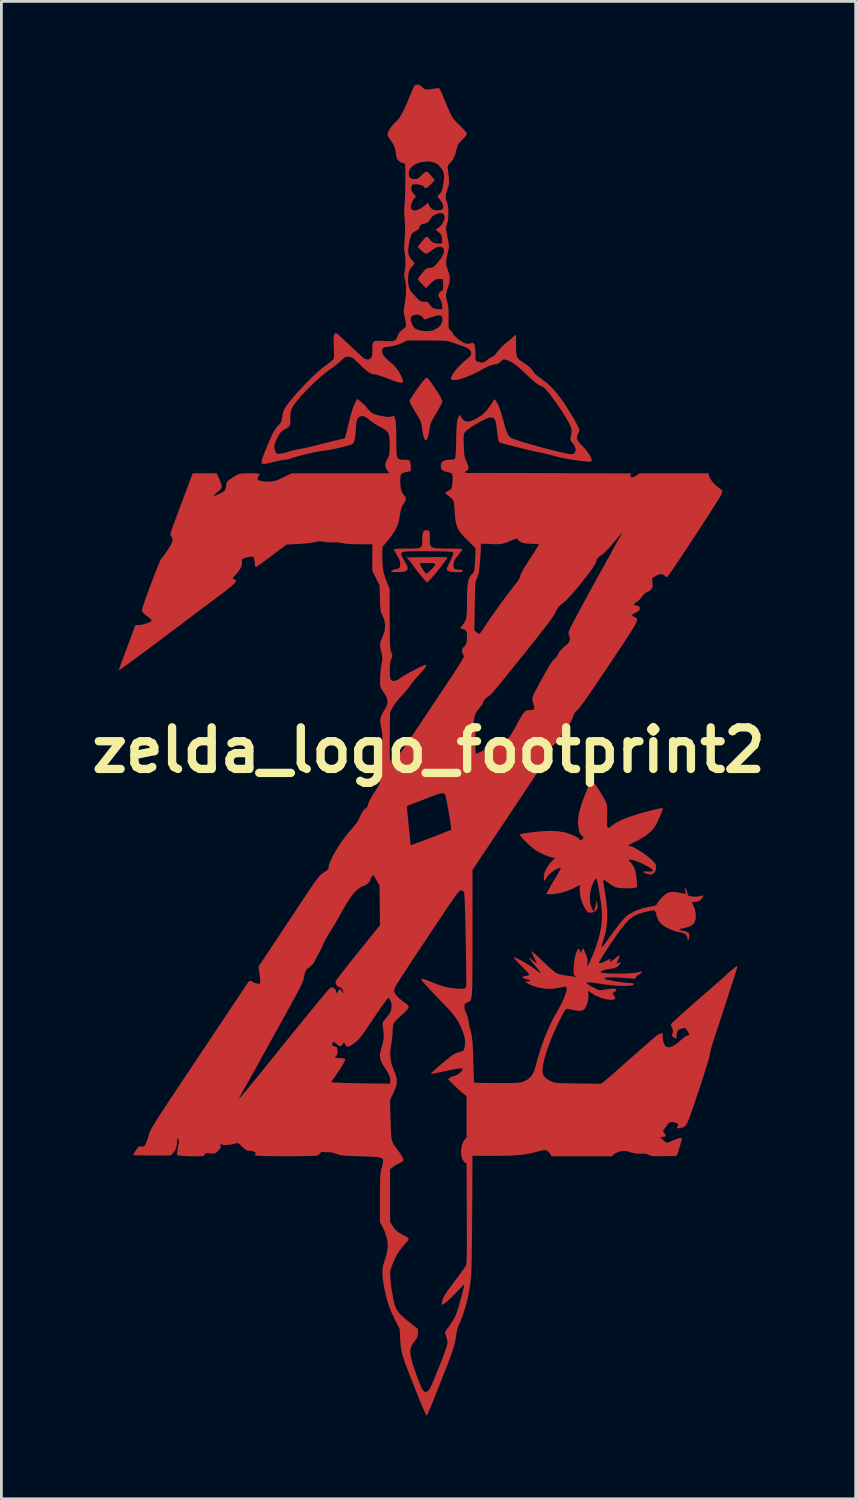
<source format=kicad_pcb>
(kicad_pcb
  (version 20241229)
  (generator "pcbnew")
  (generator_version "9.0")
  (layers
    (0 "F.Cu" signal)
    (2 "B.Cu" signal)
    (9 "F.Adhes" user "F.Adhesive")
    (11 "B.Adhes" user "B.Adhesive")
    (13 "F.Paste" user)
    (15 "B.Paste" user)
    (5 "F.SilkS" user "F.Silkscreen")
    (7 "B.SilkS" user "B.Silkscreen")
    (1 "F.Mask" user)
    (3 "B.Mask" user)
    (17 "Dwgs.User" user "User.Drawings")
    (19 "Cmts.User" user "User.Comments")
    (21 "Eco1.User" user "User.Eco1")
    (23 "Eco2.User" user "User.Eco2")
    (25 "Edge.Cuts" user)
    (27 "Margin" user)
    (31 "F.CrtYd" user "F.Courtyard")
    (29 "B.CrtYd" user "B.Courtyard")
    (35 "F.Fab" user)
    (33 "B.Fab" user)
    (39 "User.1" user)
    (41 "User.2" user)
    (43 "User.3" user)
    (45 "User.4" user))
  (footprint "zelda_logo_footprint2"
    (layer "F.Cu")
    (at 12.407 24.007)
    (property "Reference" "zelda_logo_footprint2" (at 0 0 0) (layer "F.SilkS") (effects (font (size 1.5 1.5) (thickness 0.3))))
    (attr board_only exclude_from_pos_files exclude_from_bom)
    (fp_poly (pts (xy -0.022 -13.407) (xy 0.035 -13.34) (xy 0.109 -13.241) (xy 0.192 -13.122) (xy 0.277 -12.992) (xy 0.358 -12.863) (xy 0.427 -12.744) (xy 0.477 -12.648) (xy 0.502 -12.584) (xy 0.503 -12.573) (xy 0.488 -12.532) (xy 0.447 -12.449) (xy 0.385 -12.336) (xy 0.308 -12.205) (xy 0.284 -12.164) (xy 0.191 -12.007) (xy 0.127 -11.888) (xy 0.084 -11.793) (xy 0.058 -11.709) (xy 0.043 -11.622) (xy 0.041 -11.61) (xy 0.016 -11.447) (xy -0.015 -11.315) (xy -0.049 -11.222) (xy -0.082 -11.178) (xy -0.091 -11.175) (xy -0.129 -11.2) (xy -0.165 -11.257) (xy -0.186 -11.328) (xy -0.209 -11.436) (xy -0.227 -11.562) (xy -0.229 -11.577) (xy -0.241 -11.677) (xy -0.254 -11.755) (xy -0.273 -11.824) (xy -0.304 -11.897) (xy -0.351 -11.986) (xy -0.42 -12.103) (xy -0.507 -12.247) (xy -0.579 -12.37) (xy -0.637 -12.477) (xy -0.675 -12.555) (xy -0.686 -12.59) (xy -0.669 -12.632) (xy -0.623 -12.712) (xy -0.554 -12.82) (xy -0.469 -12.944) (xy -0.452 -12.967) (xy -0.332 -13.134) (xy -0.24 -13.258) (xy -0.172 -13.343) (xy -0.123 -13.396) (xy -0.086 -13.424) (xy -0.057 -13.432) (xy -0.056 -13.432)) (stroke (width 0) (type solid)) (fill yes) (layer "F.Cu"))
    (fp_poly (pts (xy 0.479 -6.962) (xy 0.594 -6.96) (xy 0.663 -6.957) (xy 0.678 -6.955) (xy 0.669 -6.924) (xy 0.627 -6.856) (xy 0.558 -6.76) (xy 0.471 -6.646) (xy 0.373 -6.521) (xy 0.27 -6.395) (xy 0.17 -6.277) (xy 0.08 -6.175) (xy 0.008 -6.099) (xy -0.04 -6.058) (xy -0.052 -6.053) (xy -0.079 -6.075) (xy -0.136 -6.134) (xy -0.213 -6.222) (xy -0.283 -6.304) (xy -0.376 -6.419) (xy -0.461 -6.525) (xy -0.524 -6.61) (xy -0.55 -6.647) (xy -0.602 -6.723) (xy -0.32 -6.723) (xy -0.305 -6.683) (xy -0.265 -6.613) (xy -0.212 -6.529) (xy -0.156 -6.448) (xy -0.108 -6.385) (xy -0.08 -6.358) (xy -0.078 -6.358) (xy -0.049 -6.378) (xy 0.011 -6.431) (xy 0.089 -6.508) (xy 0.108 -6.526) (xy 0.191 -6.614) (xy 0.235 -6.671) (xy 0.244 -6.705) (xy 0.229 -6.724) (xy 0.178 -6.739) (xy 0.091 -6.748) (xy -0.017 -6.753) (xy -0.128 -6.752) (xy -0.227 -6.747) (xy -0.296 -6.737) (xy -0.32 -6.723) (xy -0.602 -6.723) (xy -0.608 -6.73) (xy -0.68 -6.823) (xy -0.698 -6.845) (xy -0.789 -6.952) (xy -0.062 -6.96) (xy 0.142 -6.962) (xy 0.325 -6.963)) (stroke (width 0) (type solid)) (fill yes) (layer "F.Cu"))
    (fp_poly (pts (xy -0.032 -7.931) (xy 0.006 -7.919) (xy 0.029 -7.896) (xy 0.041 -7.85) (xy 0.045 -7.768) (xy 0.046 -7.653) (xy 0.047 -7.526) (xy 0.055 -7.431) (xy 0.078 -7.363) (xy 0.123 -7.318) (xy 0.199 -7.291) (xy 0.313 -7.278) (xy 0.472 -7.273) (xy 0.681 -7.272) (xy 0.852 -7.271) (xy 1.001 -7.268) (xy 1.118 -7.264) (xy 1.192 -7.258) (xy 1.214 -7.253) (xy 1.207 -7.22) (xy 1.17 -7.159) (xy 1.135 -7.113) (xy 1.033 -6.984) (xy 0.964 -6.889) (xy 0.924 -6.813) (xy 0.905 -6.746) (xy 0.9 -6.674) (xy 0.9 -6.674) (xy 0.907 -6.588) (xy 0.937 -6.538) (xy 1.003 -6.516) (xy 1.115 -6.51) (xy 1.199 -6.502) (xy 1.233 -6.476) (xy 1.235 -6.464) (xy 1.223 -6.44) (xy 1.18 -6.426) (xy 1.095 -6.42) (xy 1.004 -6.419) (xy 0.835 -6.426) (xy 0.723 -6.45) (xy 0.665 -6.49) (xy 0.656 -6.523) (xy 0.669 -6.567) (xy 0.703 -6.651) (xy 0.754 -6.759) (xy 0.78 -6.812) (xy 0.834 -6.928) (xy 0.874 -7.028) (xy 0.893 -7.096) (xy 0.894 -7.113) (xy 0.886 -7.128) (xy 0.867 -7.141) (xy 0.829 -7.15) (xy 0.766 -7.158) (xy 0.671 -7.163) (xy 0.537 -7.167) (xy 0.358 -7.17) (xy 0.127 -7.173) (xy 0.026 -7.174) (xy -0.254 -7.176) (xy -0.478 -7.175) (xy -0.653 -7.171) (xy -0.784 -7.164) (xy -0.878 -7.152) (xy -0.939 -7.136) (xy -0.975 -7.114) (xy -0.989 -7.086) (xy -0.991 -7.069) (xy -0.975 -7.02) (xy -0.933 -6.937) (xy -0.874 -6.838) (xy -0.867 -6.827) (xy -0.79 -6.696) (xy -0.755 -6.599) (xy -0.752 -6.551) (xy -0.768 -6.498) (xy -0.807 -6.461) (xy -0.878 -6.438) (xy -0.992 -6.426) (xy -1.138 -6.422) (xy -1.259 -6.423) (xy -1.327 -6.431) (xy -1.35 -6.449) (xy -1.349 -6.457) (xy -1.314 -6.485) (xy -1.24 -6.513) (xy -1.187 -6.527) (xy -1.097 -6.549) (xy -1.051 -6.576) (xy -1.032 -6.62) (xy -1.027 -6.661) (xy -1.024 -6.756) (xy -1.041 -6.842) (xy -1.084 -6.936) (xy -1.156 -7.056) (xy -1.209 -7.145) (xy -1.242 -7.214) (xy -1.247 -7.247) (xy -1.213 -7.256) (xy -1.128 -7.263) (xy -1.004 -7.269) (xy -0.852 -7.272) (xy -0.762 -7.272) (xy -0.57 -7.273) (xy -0.431 -7.277) (xy -0.335 -7.291) (xy -0.276 -7.32) (xy -0.244 -7.37) (xy -0.231 -7.445) (xy -0.229 -7.552) (xy -0.229 -7.616) (xy -0.219 -7.774) (xy -0.188 -7.877) (xy -0.133 -7.93) (xy -0.052 -7.935)) (stroke (width 0) (type solid)) (fill yes) (layer "F.Cu"))
    (fp_poly (pts (xy -0.341 -23.999) (xy -0.266 -23.952) (xy -0.231 -23.919) (xy -0.174 -23.866) (xy -0.125 -23.839) (xy -0.061 -23.831) (xy 0.038 -23.838) (xy 0.055 -23.84) (xy 0.17 -23.853) (xy 0.27 -23.867) (xy 0.321 -23.877) (xy 0.354 -23.881) (xy 0.381 -23.872) (xy 0.409 -23.839) (xy 0.443 -23.775) (xy 0.489 -23.67) (xy 0.545 -23.535) (xy 0.637 -23.311) (xy 0.711 -23.136) (xy 0.772 -22.999) (xy 0.826 -22.892) (xy 0.877 -22.806) (xy 0.932 -22.733) (xy 0.994 -22.664) (xy 1.069 -22.589) (xy 1.129 -22.532) (xy 1.231 -22.43) (xy 1.314 -22.339) (xy 1.369 -22.269) (xy 1.387 -22.232) (xy 1.366 -22.185) (xy 1.311 -22.113) (xy 1.233 -22.03) (xy 1.223 -22.02) (xy 1.153 -21.951) (xy 1.103 -21.892) (xy 1.065 -21.83) (xy 1.033 -21.75) (xy 1.001 -21.639) (xy 0.961 -21.483) (xy 0.958 -21.474) (xy 0.886 -21.31) (xy 0.8 -21.203) (xy 0.732 -21.128) (xy 0.698 -21.073) (xy 0.691 -21.012) (xy 0.699 -20.937) (xy 0.724 -20.739) (xy 0.738 -20.588) (xy 0.74 -20.472) (xy 0.73 -20.378) (xy 0.707 -20.293) (xy 0.683 -20.231) (xy 0.626 -20.048) (xy 0.622 -19.887) (xy 0.667 -19.752) (xy 0.696 -19.656) (xy 0.713 -19.52) (xy 0.718 -19.364) (xy 0.711 -19.205) (xy 0.691 -19.065) (xy 0.666 -18.979) (xy 0.645 -18.921) (xy 0.634 -18.868) (xy 0.634 -18.805) (xy 0.645 -18.719) (xy 0.667 -18.594) (xy 0.684 -18.507) (xy 0.712 -18.357) (xy 0.73 -18.25) (xy 0.735 -18.171) (xy 0.73 -18.103) (xy 0.715 -18.031) (xy 0.699 -17.969) (xy 0.653 -17.779) (xy 0.633 -17.627) (xy 0.64 -17.5) (xy 0.673 -17.381) (xy 0.686 -17.35) (xy 0.751 -17.159) (xy 0.769 -16.987) (xy 0.741 -16.814) (xy 0.717 -16.74) (xy 0.661 -16.568) (xy 0.636 -16.43) (xy 0.639 -16.306) (xy 0.67 -16.178) (xy 0.673 -16.17) (xy 0.697 -16.082) (xy 0.713 -15.981) (xy 0.721 -15.854) (xy 0.722 -15.685) (xy 0.721 -15.607) (xy 0.719 -15.444) (xy 0.72 -15.33) (xy 0.726 -15.254) (xy 0.737 -15.207) (xy 0.756 -15.176) (xy 0.785 -15.15) (xy 0.851 -15.078) (xy 0.891 -15.011) (xy 0.945 -14.936) (xy 1.039 -14.849) (xy 1.158 -14.763) (xy 1.286 -14.69) (xy 1.289 -14.688) (xy 1.376 -14.657) (xy 1.464 -14.661) (xy 1.509 -14.671) (xy 1.586 -14.689) (xy 1.626 -14.681) (xy 1.65 -14.64) (xy 1.66 -14.612) (xy 1.676 -14.537) (xy 1.687 -14.424) (xy 1.692 -14.296) (xy 1.692 -14.28) (xy 1.693 -14.16) (xy 1.7 -14.086) (xy 1.715 -14.045) (xy 1.744 -14.022) (xy 1.771 -14.01) (xy 1.913 -13.98) (xy 2.032 -14.006) (xy 2.108 -14.064) (xy 2.188 -14.13) (xy 2.278 -14.177) (xy 2.281 -14.178) (xy 2.374 -14.235) (xy 2.471 -14.346) (xy 2.483 -14.363) (xy 2.57 -14.472) (xy 2.673 -14.581) (xy 2.728 -14.629) (xy 2.833 -14.716) (xy 2.95 -14.815) (xy 3.011 -14.868) (xy 3.156 -14.993) (xy 3.156 -14.678) (xy 3.157 -14.486) (xy 3.163 -14.344) (xy 3.177 -14.242) (xy 3.204 -14.166) (xy 3.247 -14.108) (xy 3.31 -14.055) (xy 3.397 -13.996) (xy 3.544 -13.897) (xy 3.649 -13.814) (xy 3.722 -13.738) (xy 3.774 -13.658) (xy 3.781 -13.646) (xy 3.828 -13.587) (xy 3.913 -13.511) (xy 4.018 -13.433) (xy 4.043 -13.417) (xy 4.291 -13.227) (xy 4.538 -12.98) (xy 4.778 -12.68) (xy 4.788 -12.666) (xy 4.878 -12.536) (xy 4.976 -12.386) (xy 5.078 -12.225) (xy 5.176 -12.062) (xy 5.267 -11.907) (xy 5.344 -11.769) (xy 5.402 -11.657) (xy 5.436 -11.581) (xy 5.442 -11.557) (xy 5.426 -11.484) (xy 5.397 -11.419) (xy 5.357 -11.327) (xy 5.352 -11.244) (xy 5.388 -11.157) (xy 5.467 -11.056) (xy 5.553 -10.969) (xy 5.652 -10.861) (xy 5.743 -10.745) (xy 5.817 -10.631) (xy 5.868 -10.53) (xy 5.89 -10.453) (xy 5.881 -10.414) (xy 5.837 -10.406) (xy 5.744 -10.408) (xy 5.613 -10.419) (xy 5.455 -10.437) (xy 5.28 -10.461) (xy 5.099 -10.49) (xy 4.922 -10.521) (xy 4.761 -10.554) (xy 4.627 -10.587) (xy 4.611 -10.591) (xy 4.453 -10.634) (xy 4.295 -10.674) (xy 4.158 -10.706) (xy 4.092 -10.719) (xy 3.99 -10.739) (xy 3.851 -10.77) (xy 3.686 -10.808) (xy 3.503 -10.852) (xy 3.312 -10.899) (xy 3.123 -10.946) (xy 2.945 -10.992) (xy 2.788 -11.033) (xy 2.662 -11.068) (xy 2.576 -11.094) (xy 2.54 -11.108) (xy 2.54 -11.108) (xy 2.527 -11.147) (xy 2.51 -11.234) (xy 2.49 -11.357) (xy 2.471 -11.504) (xy 2.468 -11.528) (xy 2.446 -11.707) (xy 2.423 -11.834) (xy 2.396 -11.918) (xy 2.359 -11.967) (xy 2.308 -11.991) (xy 2.239 -11.998) (xy 2.218 -11.999) (xy 2.151 -11.982) (xy 2.046 -11.938) (xy 1.916 -11.873) (xy 1.774 -11.795) (xy 1.632 -11.71) (xy 1.502 -11.625) (xy 1.397 -11.549) (xy 1.331 -11.489) (xy 1.302 -11.454) (xy 1.283 -11.417) (xy 1.271 -11.368) (xy 1.266 -11.293) (xy 1.267 -11.183) (xy 1.271 -11.025) (xy 1.272 -10.995) (xy 1.279 -10.821) (xy 1.288 -10.694) (xy 1.301 -10.6) (xy 1.321 -10.524) (xy 1.349 -10.451) (xy 1.367 -10.413) (xy 1.425 -10.277) (xy 1.445 -10.181) (xy 1.428 -10.116) (xy 1.375 -10.073) (xy 1.372 -10.072) (xy 1.313 -10.039) (xy 1.305 -10.017) (xy 1.35 -10.003) (xy 1.451 -9.997) (xy 1.563 -9.997) (xy 1.633 -9.997) (xy 1.759 -9.998) (xy 1.936 -9.998) (xy 2.16 -9.998) (xy 2.425 -9.997) (xy 2.727 -9.997) (xy 3.061 -9.996) (xy 3.421 -9.995) (xy 3.803 -9.994) (xy 4.202 -9.992) (xy 4.569 -9.991) (xy 7.308 -9.982) (xy 7.29 -9.908) (xy 7.292 -9.85) (xy 7.334 -9.834) (xy 7.411 -9.858) (xy 7.498 -9.91) (xy 7.611 -9.986) (xy 8.856 -9.986) (xy 10.101 -9.986) (xy 10.121 -9.884) (xy 10.163 -9.784) (xy 10.252 -9.665) (xy 10.382 -9.536) (xy 10.487 -9.449) (xy 10.606 -9.355) (xy 10.562 -9.221) (xy 10.539 -9.177) (xy 10.486 -9.088) (xy 10.406 -8.96) (xy 10.304 -8.798) (xy 10.184 -8.609) (xy 10.048 -8.398) (xy 9.901 -8.171) (xy 9.746 -7.934) (xy 9.588 -7.692) (xy 9.43 -7.452) (xy 9.275 -7.218) (xy 9.129 -6.997) (xy 8.994 -6.795) (xy 8.874 -6.617) (xy 8.772 -6.469) (xy 8.694 -6.357) (xy 8.642 -6.287) (xy 8.627 -6.268) (xy 8.591 -6.243) (xy 8.552 -6.257) (xy 8.514 -6.291) (xy 8.443 -6.341) (xy 8.37 -6.352) (xy 8.279 -6.324) (xy 8.194 -6.278) (xy 8.059 -6.199) (xy 8.08 -6.062) (xy 8.084 -5.912) (xy 8.046 -5.804) (xy 7.962 -5.733) (xy 7.911 -5.713) (xy 7.812 -5.664) (xy 7.73 -5.576) (xy 7.713 -5.549) (xy 7.637 -5.454) (xy 7.545 -5.369) (xy 7.513 -5.348) (xy 7.443 -5.301) (xy 7.401 -5.266) (xy 7.395 -5.258) (xy 7.421 -5.24) (xy 7.486 -5.218) (xy 7.509 -5.212) (xy 7.586 -5.185) (xy 7.618 -5.147) (xy 7.623 -5.11) (xy 7.61 -5.057) (xy 7.561 -5.01) (xy 7.478 -4.963) (xy 7.397 -4.919) (xy 7.345 -4.881) (xy 7.333 -4.866) (xy 7.359 -4.838) (xy 7.42 -4.805) (xy 7.425 -4.802) (xy 7.463 -4.786) (xy 7.493 -4.769) (xy 7.513 -4.747) (xy 7.522 -4.717) (xy 7.517 -4.674) (xy 7.497 -4.615) (xy 7.459 -4.536) (xy 7.402 -4.433) (xy 7.323 -4.303) (xy 7.22 -4.142) (xy 7.092 -3.945) (xy 6.936 -3.709) (xy 6.751 -3.431) (xy 6.534 -3.106) (xy 6.505 -3.062) (xy 6.262 -2.7) (xy 6.052 -2.388) (xy 5.871 -2.123) (xy 5.72 -1.905) (xy 5.596 -1.73) (xy 5.499 -1.596) (xy 5.426 -1.503) (xy 5.378 -1.449) (xy 5.36 -1.434) (xy 5.268 -1.345) (xy 5.227 -1.25) (xy 5.166 -1.083) (xy 5.089 -0.942) (xy 5.016 -0.854) (xy 4.969 -0.799) (xy 4.905 -0.707) (xy 4.837 -0.599) (xy 4.826 -0.58) (xy 4.737 -0.432) (xy 4.661 -0.325) (xy 4.583 -0.241) (xy 4.491 -0.165) (xy 4.444 -0.133) (xy 4.367 -0.074) (xy 4.329 -0.024) (xy 4.316 0.042) (xy 4.315 0.092) (xy 4.315 0.111) (xy 4.316 0.128) (xy 4.316 0.145) (xy 4.312 0.165) (xy 4.304 0.19) (xy 4.288 0.224) (xy 4.265 0.269) (xy 4.231 0.328) (xy 4.185 0.404) (xy 4.125 0.499) (xy 4.05 0.616) (xy 3.958 0.757) (xy 3.847 0.927) (xy 3.715 1.127) (xy 3.561 1.36) (xy 3.382 1.629) (xy 3.178 1.936) (xy 2.946 2.285) (xy 2.684 2.677) (xy 2.392 3.117) (xy 2.245 3.337) (xy 1.586 4.327) (xy 1.586 6.617) (xy 1.586 7.056) (xy 1.586 7.438) (xy 1.585 7.768) (xy 1.584 8.049) (xy 1.582 8.285) (xy 1.579 8.48) (xy 1.573 8.639) (xy 1.566 8.766) (xy 1.557 8.864) (xy 1.544 8.938) (xy 1.529 8.991) (xy 1.511 9.028) (xy 1.489 9.054) (xy 1.463 9.071) (xy 1.433 9.084) (xy 1.398 9.098) (xy 1.39 9.101) (xy 1.328 9.134) (xy 1.302 9.181) (xy 1.296 9.262) (xy 1.313 9.375) (xy 1.354 9.479) (xy 1.356 9.482) (xy 1.392 9.563) (xy 1.425 9.679) (xy 1.447 9.795) (xy 1.467 9.915) (xy 1.488 10.02) (xy 1.507 10.086) (xy 1.536 10.18) (xy 1.559 10.3) (xy 1.579 10.452) (xy 1.594 10.643) (xy 1.606 10.881) (xy 1.616 11.17) (xy 1.618 11.251) (xy 1.623 11.456) (xy 1.629 11.639) (xy 1.634 11.793) (xy 1.639 11.908) (xy 1.643 11.977) (xy 1.646 11.993) (xy 1.678 11.996) (xy 1.763 11.999) (xy 1.893 12.002) (xy 2.059 12.005) (xy 2.254 12.007) (xy 2.46 12.009) (xy 2.709 12.01) (xy 2.905 12.01) (xy 3.057 12.007) (xy 3.173 12.002) (xy 3.261 11.995) (xy 3.33 11.984) (xy 3.388 11.97) (xy 3.421 11.959) (xy 3.592 11.868) (xy 3.725 11.734) (xy 3.813 11.564) (xy 3.825 11.525) (xy 3.946 11.089) (xy 4.067 10.703) (xy 4.19 10.358) (xy 4.32 10.043) (xy 4.461 9.749) (xy 4.617 9.463) (xy 4.659 9.392) (xy 4.744 9.238) (xy 4.827 9.072) (xy 4.895 8.918) (xy 4.926 8.837) (xy 4.971 8.693) (xy 4.987 8.598) (xy 4.969 8.547) (xy 4.912 8.532) (xy 4.812 8.548) (xy 4.728 8.569) (xy 4.484 8.609) (xy 4.222 8.607) (xy 3.96 8.565) (xy 3.719 8.487) (xy 3.59 8.422) (xy 3.476 8.355) (xy 3.575 8.345) (xy 3.651 8.331) (xy 3.669 8.31) (xy 3.629 8.286) (xy 3.533 8.261) (xy 3.532 8.261) (xy 3.43 8.233) (xy 3.384 8.203) (xy 3.395 8.175) (xy 3.464 8.153) (xy 3.493 8.148) (xy 3.576 8.133) (xy 3.63 8.117) (xy 3.637 8.113) (xy 3.624 8.085) (xy 3.574 8.024) (xy 3.495 7.936) (xy 3.394 7.831) (xy 3.354 7.791) (xy 3.247 7.681) (xy 3.159 7.586) (xy 3.097 7.515) (xy 3.07 7.476) (xy 3.069 7.471) (xy 3.104 7.475) (xy 3.178 7.506) (xy 3.28 7.555) (xy 3.397 7.618) (xy 3.519 7.687) (xy 3.632 7.756) (xy 3.718 7.814) (xy 3.822 7.889) (xy 3.925 7.963) (xy 3.979 8.003) (xy 4.027 8.036) (xy 4.052 8.049) (xy 4.051 8.037) (xy 4.021 7.995) (xy 3.959 7.918) (xy 3.861 7.801) (xy 3.804 7.733) (xy 3.724 7.635) (xy 3.664 7.555) (xy 3.631 7.504) (xy 3.628 7.492) (xy 3.656 7.502) (xy 3.714 7.545) (xy 3.765 7.588) (xy 3.836 7.65) (xy 3.887 7.69) (xy 3.903 7.699) (xy 3.898 7.674) (xy 3.87 7.608) (xy 3.825 7.513) (xy 3.81 7.483) (xy 3.761 7.38) (xy 3.727 7.299) (xy 3.715 7.255) (xy 3.716 7.251) (xy 3.742 7.266) (xy 3.803 7.318) (xy 3.894 7.399) (xy 4.007 7.504) (xy 4.126 7.617) (xy 4.259 7.744) (xy 4.385 7.859) (xy 4.492 7.953) (xy 4.574 8.019) (xy 4.614 8.047) (xy 4.692 8.076) (xy 4.805 8.104) (xy 4.93 8.126) (xy 5.055 8.144) (xy 5.168 8.161) (xy 5.244 8.173) (xy 5.245 8.173) (xy 5.305 8.182) (xy 5.312 8.173) (xy 5.279 8.144) (xy 5.252 8.117) (xy 5.237 8.077) (xy 5.23 8.014) (xy 5.232 7.912) (xy 5.237 7.8) (xy 5.26 7.56) (xy 5.304 7.37) (xy 5.319 7.326) (xy 5.366 7.216) (xy 5.402 7.162) (xy 5.429 7.164) (xy 5.453 7.218) (xy 5.457 7.234) (xy 5.479 7.318) (xy 5.526 7.229) (xy 5.573 7.139) (xy 5.663 7.335) (xy 5.714 7.459) (xy 5.737 7.553) (xy 5.738 7.642) (xy 5.736 7.661) (xy 5.728 7.74) (xy 5.728 7.786) (xy 5.731 7.791) (xy 5.751 7.764) (xy 5.789 7.691) (xy 5.84 7.582) (xy 5.899 7.447) (xy 5.961 7.296) (xy 6.01 7.173) (xy 6.152 6.743) (xy 6.234 6.326) (xy 6.258 5.919) (xy 6.223 5.52) (xy 6.223 5.519) (xy 6.179 5.246) (xy 6.144 5.029) (xy 6.114 4.864) (xy 6.089 4.746) (xy 6.067 4.673) (xy 6.045 4.64) (xy 6.021 4.642) (xy 5.995 4.676) (xy 5.963 4.737) (xy 5.924 4.823) (xy 5.911 4.851) (xy 5.857 5.015) (xy 5.827 5.201) (xy 5.822 5.39) (xy 5.842 5.562) (xy 5.888 5.699) (xy 5.89 5.702) (xy 5.955 5.824) (xy 5.987 5.748) (xy 6.013 5.666) (xy 6.037 5.565) (xy 6.04 5.55) (xy 6.062 5.428) (xy 6.09 5.54) (xy 6.1 5.671) (xy 6.059 5.771) (xy 5.968 5.837) (xy 5.92 5.853) (xy 5.833 5.867) (xy 5.766 5.853) (xy 5.707 5.803) (xy 5.644 5.709) (xy 5.605 5.639) (xy 5.542 5.496) (xy 5.492 5.333) (xy 5.459 5.169) (xy 5.448 5.024) (xy 5.455 4.95) (xy 5.461 4.89) (xy 5.451 4.868) (xy 5.45 4.869) (xy 5.414 4.887) (xy 5.339 4.926) (xy 5.241 4.976) (xy 5.234 4.98) (xy 5.043 5.064) (xy 4.83 5.133) (xy 4.618 5.18) (xy 4.431 5.199) (xy 4.416 5.199) (xy 4.326 5.196) (xy 4.267 5.189) (xy 4.254 5.182) (xy 4.27 5.142) (xy 4.317 5.053) (xy 4.392 4.919) (xy 4.495 4.745) (xy 4.623 4.532) (xy 4.642 4.5) (xy 4.703 4.397) (xy 4.748 4.313) (xy 4.771 4.263) (xy 4.772 4.256) (xy 4.749 4.244) (xy 4.69 4.261) (xy 4.607 4.3) (xy 4.514 4.354) (xy 4.424 4.418) (xy 4.416 4.424) (xy 4.334 4.502) (xy 4.269 4.584) (xy 4.249 4.619) (xy 4.208 4.693) (xy 4.178 4.708) (xy 4.161 4.667) (xy 4.159 4.57) (xy 4.161 4.528) (xy 4.19 4.409) (xy 4.252 4.27) (xy 4.338 4.133) (xy 4.435 4.019) (xy 4.437 4.017) (xy 4.566 3.892) (xy 4.448 3.872) (xy 4.366 3.849) (xy 4.251 3.806) (xy 4.122 3.752) (xy 4.078 3.731) (xy 3.945 3.662) (xy 3.826 3.584) (xy 3.703 3.486) (xy 3.559 3.354) (xy 3.545 3.34) (xy 3.416 3.212) (xy 3.332 3.118) (xy 3.293 3.059) (xy 3.293 3.04) (xy 3.338 3.023) (xy 3.432 3.003) (xy 3.564 2.983) (xy 3.721 2.963) (xy 3.893 2.944) (xy 4.067 2.929) (xy 4.232 2.918) (xy 4.377 2.912) (xy 4.412 2.912) (xy 4.699 2.929) (xy 4.935 2.972) (xy 5.068 3.012) (xy 5.197 3.062) (xy 5.311 3.116) (xy 5.396 3.167) (xy 5.44 3.209) (xy 5.443 3.22) (xy 5.464 3.246) (xy 5.511 3.239) (xy 5.562 3.205) (xy 5.568 3.198) (xy 5.589 3.159) (xy 5.571 3.122) (xy 5.527 3.083) (xy 5.481 3.038) (xy 5.45 2.977) (xy 5.425 2.884) (xy 5.408 2.784) (xy 5.392 2.622) (xy 5.398 2.455) (xy 5.426 2.274) (xy 5.48 2.068) (xy 5.56 1.827) (xy 5.656 1.577) (xy 5.718 1.419) (xy 5.771 1.281) (xy 5.811 1.172) (xy 5.835 1.103) (xy 5.839 1.084) (xy 5.858 1.053) (xy 5.864 1.052) (xy 5.894 1.076) (xy 5.947 1.143) (xy 6.017 1.24) (xy 6.097 1.358) (xy 6.179 1.485) (xy 6.257 1.611) (xy 6.324 1.725) (xy 6.372 1.817) (xy 6.376 1.827) (xy 6.41 1.904) (xy 6.432 1.97) (xy 6.445 2.039) (xy 6.449 2.126) (xy 6.447 2.246) (xy 6.441 2.396) (xy 6.435 2.576) (xy 6.437 2.701) (xy 6.45 2.776) (xy 6.476 2.805) (xy 6.519 2.795) (xy 6.581 2.75) (xy 6.607 2.727) (xy 6.748 2.626) (xy 6.948 2.524) (xy 7.207 2.42) (xy 7.464 2.333) (xy 7.632 2.282) (xy 7.806 2.233) (xy 7.979 2.187) (xy 8.138 2.147) (xy 8.274 2.116) (xy 8.377 2.097) (xy 8.436 2.091) (xy 8.446 2.093) (xy 8.444 2.129) (xy 8.42 2.205) (xy 8.381 2.31) (xy 8.331 2.429) (xy 8.277 2.549) (xy 8.224 2.657) (xy 8.184 2.73) (xy 8.033 2.922) (xy 7.829 3.094) (xy 7.569 3.248) (xy 7.5 3.281) (xy 7.35 3.355) (xy 7.255 3.408) (xy 7.214 3.443) (xy 7.226 3.459) (xy 7.25 3.461) (xy 7.336 3.481) (xy 7.454 3.534) (xy 7.592 3.614) (xy 7.739 3.71) (xy 7.883 3.816) (xy 8.012 3.922) (xy 8.115 4.021) (xy 8.18 4.104) (xy 8.191 4.127) (xy 8.21 4.241) (xy 8.187 4.353) (xy 8.13 4.44) (xy 8.109 4.456) (xy 8.053 4.485) (xy 7.993 4.489) (xy 7.905 4.469) (xy 7.896 4.467) (xy 7.803 4.435) (xy 7.75 4.405) (xy 7.742 4.384) (xy 7.786 4.375) (xy 7.81 4.376) (xy 7.943 4.38) (xy 8.04 4.373) (xy 8.091 4.356) (xy 8.096 4.347) (xy 8.069 4.305) (xy 7.996 4.25) (xy 7.89 4.187) (xy 7.763 4.121) (xy 7.626 4.058) (xy 7.492 4.005) (xy 7.372 3.967) (xy 7.28 3.949) (xy 7.266 3.949) (xy 7.226 3.951) (xy 7.223 3.968) (xy 7.26 4.012) (xy 7.279 4.033) (xy 7.376 4.155) (xy 7.442 4.291) (xy 7.484 4.456) (xy 7.506 4.656) (xy 7.525 4.946) (xy 7.425 4.966) (xy 7.3 4.981) (xy 7.149 4.986) (xy 6.994 4.981) (xy 6.854 4.967) (xy 6.749 4.945) (xy 6.732 4.939) (xy 6.646 4.894) (xy 6.54 4.828) (xy 6.458 4.77) (xy 6.377 4.713) (xy 6.319 4.679) (xy 6.297 4.677) (xy 6.297 4.677) (xy 6.301 4.716) (xy 6.314 4.804) (xy 6.333 4.93) (xy 6.356 5.084) (xy 6.373 5.189) (xy 6.42 5.533) (xy 6.445 5.833) (xy 6.446 6.103) (xy 6.424 6.354) (xy 6.378 6.601) (xy 6.307 6.856) (xy 6.293 6.901) (xy 6.263 7) (xy 6.245 7.075) (xy 6.244 7.108) (xy 6.268 7.093) (xy 6.315 7.039) (xy 6.375 6.961) (xy 6.569 6.692) (xy 6.734 6.469) (xy 6.872 6.29) (xy 6.987 6.151) (xy 7.081 6.046) (xy 7.158 5.973) (xy 7.202 5.939) (xy 7.449 5.804) (xy 7.728 5.702) (xy 7.977 5.648) (xy 8.109 5.626) (xy 8.189 5.602) (xy 8.228 5.573) (xy 8.234 5.561) (xy 8.276 5.481) (xy 8.352 5.383) (xy 8.444 5.284) (xy 8.537 5.203) (xy 8.573 5.179) (xy 8.677 5.13) (xy 8.792 5.111) (xy 8.932 5.121) (xy 9.086 5.151) (xy 9.184 5.172) (xy 9.254 5.184) (xy 9.279 5.184) (xy 9.278 5.151) (xy 9.264 5.083) (xy 9.258 5.062) (xy 9.242 4.993) (xy 9.246 4.971) (xy 9.272 4.987) (xy 9.305 5.04) (xy 9.331 5.123) (xy 9.335 5.141) (xy 9.351 5.214) (xy 9.381 5.252) (xy 9.446 5.271) (xy 9.486 5.277) (xy 9.653 5.287) (xy 9.806 5.267) (xy 9.875 5.245) (xy 9.91 5.233) (xy 9.914 5.249) (xy 9.888 5.305) (xy 9.882 5.316) (xy 9.812 5.412) (xy 9.718 5.461) (xy 9.605 5.473) (xy 9.536 5.479) (xy 9.505 5.492) (xy 9.505 5.496) (xy 9.598 5.712) (xy 9.641 5.904) (xy 9.635 6.081) (xy 9.622 6.138) (xy 9.578 6.24) (xy 9.505 6.316) (xy 9.391 6.372) (xy 9.228 6.415) (xy 9.201 6.42) (xy 9.095 6.444) (xy 9.048 6.466) (xy 9.063 6.488) (xy 9.138 6.51) (xy 9.209 6.524) (xy 9.296 6.546) (xy 9.36 6.572) (xy 9.369 6.578) (xy 9.397 6.633) (xy 9.405 6.717) (xy 9.394 6.803) (xy 9.376 6.845) (xy 9.355 6.867) (xy 9.347 6.835) (xy 9.346 6.811) (xy 9.324 6.707) (xy 9.255 6.633) (xy 9.136 6.584) (xy 9.043 6.567) (xy 8.884 6.529) (xy 8.713 6.463) (xy 8.548 6.378) (xy 8.412 6.285) (xy 8.346 6.222) (xy 8.279 6.116) (xy 8.228 5.979) (xy 8.222 5.952) (xy 8.188 5.838) (xy 8.153 5.783) (xy 8.138 5.778) (xy 8.046 5.788) (xy 7.918 5.813) (xy 7.774 5.849) (xy 7.635 5.89) (xy 7.522 5.93) (xy 7.484 5.947) (xy 7.38 6.004) (xy 7.289 6.069) (xy 7.2 6.149) (xy 7.103 6.255) (xy 6.99 6.396) (xy 6.895 6.521) (xy 6.805 6.644) (xy 6.704 6.789) (xy 6.597 6.946) (xy 6.489 7.107) (xy 6.387 7.264) (xy 6.296 7.407) (xy 6.222 7.528) (xy 6.17 7.619) (xy 6.145 7.671) (xy 6.144 7.676) (xy 6.169 7.69) (xy 6.243 7.671) (xy 6.364 7.619) (xy 6.429 7.587) (xy 6.513 7.546) (xy 6.554 7.531) (xy 6.565 7.543) (xy 6.556 7.575) (xy 6.547 7.621) (xy 6.561 7.633) (xy 6.605 7.608) (xy 6.686 7.545) (xy 6.726 7.511) (xy 6.805 7.449) (xy 6.866 7.41) (xy 6.894 7.402) (xy 6.891 7.437) (xy 6.866 7.505) (xy 6.848 7.543) (xy 6.804 7.632) (xy 6.79 7.676) (xy 6.806 7.686) (xy 6.854 7.671) (xy 6.861 7.669) (xy 6.92 7.654) (xy 6.931 7.675) (xy 6.894 7.732) (xy 6.881 7.748) (xy 6.813 7.814) (xy 6.728 7.856) (xy 6.609 7.884) (xy 6.534 7.893) (xy 6.404 7.915) (xy 6.297 7.944) (xy 6.226 7.978) (xy 6.205 8.006) (xy 6.234 8.025) (xy 6.313 8.039) (xy 6.433 8.05) (xy 6.583 8.056) (xy 6.752 8.059) (xy 6.931 8.058) (xy 7.11 8.054) (xy 7.277 8.045) (xy 7.424 8.033) (xy 7.538 8.018) (xy 7.602 8.002) (xy 7.684 7.98) (xy 7.716 7.986) (xy 7.696 8.017) (xy 7.625 8.07) (xy 7.597 8.087) (xy 7.512 8.147) (xy 7.473 8.197) (xy 7.472 8.214) (xy 7.469 8.236) (xy 7.432 8.245) (xy 7.351 8.242) (xy 7.296 8.237) (xy 7.064 8.217) (xy 6.852 8.204) (xy 6.669 8.197) (xy 6.523 8.196) (xy 6.423 8.203) (xy 6.388 8.211) (xy 6.344 8.23) (xy 6.343 8.245) (xy 6.392 8.263) (xy 6.434 8.276) (xy 6.544 8.302) (xy 6.692 8.33) (xy 6.858 8.357) (xy 7.022 8.379) (xy 7.165 8.395) (xy 7.263 8.4) (xy 7.347 8.407) (xy 7.401 8.423) (xy 7.409 8.43) (xy 7.402 8.461) (xy 7.342 8.484) (xy 7.238 8.499) (xy 7.097 8.505) (xy 6.927 8.503) (xy 6.736 8.493) (xy 6.532 8.474) (xy 6.323 8.448) (xy 6.219 8.431) (xy 6.061 8.407) (xy 5.92 8.389) (xy 5.81 8.379) (xy 5.743 8.379) (xy 5.733 8.381) (xy 5.701 8.399) (xy 5.711 8.421) (xy 5.769 8.46) (xy 5.774 8.464) (xy 5.862 8.514) (xy 5.97 8.574) (xy 6.019 8.6) (xy 6.093 8.637) (xy 6.152 8.657) (xy 6.213 8.661) (xy 6.298 8.65) (xy 6.403 8.63) (xy 6.562 8.606) (xy 6.68 8.601) (xy 6.755 8.614) (xy 6.782 8.643) (xy 6.756 8.687) (xy 6.709 8.723) (xy 6.633 8.773) (xy 6.698 8.864) (xy 6.737 8.929) (xy 6.739 8.965) (xy 6.72 8.983) (xy 6.633 9.007) (xy 6.508 9.004) (xy 6.359 8.977) (xy 6.199 8.928) (xy 6.043 8.862) (xy 5.904 8.781) (xy 5.904 8.781) (xy 5.749 8.675) (xy 5.767 8.807) (xy 5.768 8.938) (xy 5.742 9.084) (xy 5.696 9.221) (xy 5.637 9.326) (xy 5.626 9.339) (xy 5.555 9.387) (xy 5.456 9.405) (xy 5.319 9.394) (xy 5.159 9.359) (xy 5.089 9.34) (xy 5.035 9.329) (xy 4.991 9.332) (xy 4.951 9.355) (xy 4.909 9.405) (xy 4.86 9.487) (xy 4.798 9.608) (xy 4.716 9.773) (xy 4.664 9.879) (xy 4.536 10.154) (xy 4.419 10.43) (xy 4.317 10.698) (xy 4.232 10.951) (xy 4.167 11.18) (xy 4.125 11.377) (xy 4.108 11.533) (xy 4.11 11.597) (xy 4.142 11.718) (xy 4.212 11.816) (xy 4.329 11.899) (xy 4.417 11.942) (xy 4.467 11.963) (xy 4.517 11.979) (xy 4.575 11.992) (xy 4.649 12.002) (xy 4.748 12.009) (xy 4.88 12.014) (xy 5.052 12.018) (xy 5.274 12.022) (xy 5.398 12.023) (xy 6.223 12.035) (xy 6.375 11.915) (xy 6.477 11.831) (xy 6.597 11.728) (xy 6.709 11.628) (xy 6.709 11.628) (xy 6.77 11.573) (xy 6.869 11.486) (xy 6.998 11.371) (xy 7.15 11.237) (xy 7.317 11.09) (xy 7.492 10.936) (xy 7.666 10.784) (xy 7.833 10.638) (xy 7.983 10.507) (xy 8.111 10.396) (xy 8.207 10.313) (xy 8.233 10.29) (xy 8.31 10.243) (xy 8.379 10.218) (xy 8.436 10.208) (xy 8.455 10.228) (xy 8.448 10.29) (xy 8.446 10.298) (xy 8.445 10.386) (xy 8.465 10.493) (xy 8.499 10.596) (xy 8.54 10.672) (xy 8.562 10.693) (xy 8.653 10.721) (xy 8.764 10.698) (xy 8.898 10.624) (xy 9.058 10.498) (xy 9.104 10.457) (xy 9.197 10.378) (xy 9.279 10.32) (xy 9.337 10.292) (xy 9.346 10.291) (xy 9.389 10.287) (xy 9.402 10.267) (xy 9.385 10.219) (xy 9.339 10.133) (xy 9.292 10.058) (xy 9.252 10.027) (xy 9.198 10.027) (xy 9.18 10.03) (xy 9.057 10.069) (xy 8.983 10.131) (xy 8.952 10.226) (xy 8.949 10.277) (xy 8.949 10.415) (xy 8.856 10.366) (xy 8.791 10.322) (xy 8.779 10.277) (xy 8.783 10.266) (xy 8.815 10.17) (xy 8.815 10.097) (xy 8.784 10.022) (xy 8.752 9.951) (xy 8.736 9.902) (xy 8.736 9.9) (xy 8.759 9.869) (xy 8.825 9.802) (xy 8.933 9.701) (xy 9.079 9.567) (xy 9.261 9.405) (xy 9.476 9.215) (xy 9.575 9.129) (xy 9.624 9.085) (xy 9.711 9.009) (xy 9.829 8.907) (xy 9.967 8.786) (xy 10.12 8.653) (xy 10.184 8.596) (xy 10.334 8.465) (xy 10.469 8.347) (xy 10.581 8.248) (xy 10.663 8.175) (xy 10.71 8.132) (xy 10.718 8.124) (xy 10.757 8.084) (xy 10.825 8.023) (xy 10.908 7.952) (xy 10.993 7.883) (xy 11.066 7.826) (xy 11.113 7.794) (xy 11.121 7.791) (xy 11.135 7.815) (xy 11.129 7.859) (xy 11.109 7.923) (xy 11.073 8.037) (xy 11.023 8.193) (xy 10.962 8.383) (xy 10.892 8.6) (xy 10.816 8.835) (xy 10.736 9.081) (xy 10.656 9.33) (xy 10.577 9.574) (xy 10.502 9.804) (xy 10.433 10.014) (xy 10.374 10.195) (xy 10.326 10.339) (xy 10.307 10.398) (xy 10.252 10.568) (xy 10.205 10.726) (xy 10.169 10.859) (xy 10.148 10.955) (xy 10.143 10.992) (xy 10.133 11.044) (xy 10.106 11.146) (xy 10.063 11.293) (xy 10.006 11.477) (xy 9.938 11.693) (xy 9.861 11.933) (xy 9.776 12.191) (xy 9.733 12.319) (xy 9.632 12.622) (xy 9.547 12.873) (xy 9.477 13.076) (xy 9.419 13.237) (xy 9.37 13.362) (xy 9.328 13.454) (xy 9.29 13.52) (xy 9.253 13.564) (xy 9.214 13.592) (xy 9.171 13.61) (xy 9.122 13.621) (xy 9.063 13.631) (xy 9.061 13.632) (xy 8.986 13.643) (xy 8.96 13.636) (xy 8.969 13.605) (xy 8.977 13.59) (xy 9.005 13.524) (xy 8.995 13.483) (xy 8.939 13.452) (xy 8.873 13.432) (xy 8.789 13.412) (xy 8.726 13.416) (xy 8.67 13.45) (xy 8.608 13.522) (xy 8.547 13.608) (xy 8.455 13.743) (xy 8.517 13.828) (xy 8.559 13.898) (xy 8.551 13.935) (xy 8.488 13.949) (xy 8.457 13.95) (xy 8.394 13.955) (xy 8.37 13.966) (xy 8.392 13.998) (xy 8.445 14.05) (xy 8.511 14.105) (xy 8.571 14.148) (xy 8.603 14.163) (xy 8.646 14.151) (xy 8.727 14.119) (xy 8.829 14.074) (xy 8.838 14.07) (xy 8.945 14.025) (xy 9.038 13.995) (xy 9.096 13.986) (xy 9.098 13.986) (xy 9.123 13.993) (xy 9.134 14.012) (xy 9.132 14.053) (xy 9.114 14.126) (xy 9.08 14.242) (xy 9.057 14.316) (xy 8.956 14.636) (xy 8.493 14.646) (xy 8.31 14.648) (xy 8.177 14.648) (xy 8.084 14.643) (xy 8.02 14.633) (xy 7.974 14.616) (xy 7.948 14.601) (xy 7.881 14.57) (xy 7.791 14.556) (xy 7.659 14.555) (xy 7.654 14.556) (xy 7.459 14.549) (xy 7.284 14.509) (xy 7.262 14.502) (xy 7.15 14.467) (xy 7.062 14.455) (xy 6.97 14.464) (xy 6.927 14.473) (xy 6.817 14.507) (xy 6.721 14.556) (xy 6.691 14.579) (xy 6.613 14.652) (xy 5.524 14.652) (xy 4.435 14.652) (xy 4.403 14.58) (xy 4.353 14.514) (xy 4.284 14.458) (xy 4.24 14.435) (xy 4.198 14.425) (xy 4.141 14.429) (xy 4.057 14.447) (xy 3.929 14.481) (xy 3.913 14.486) (xy 3.731 14.532) (xy 3.551 14.568) (xy 3.362 14.596) (xy 3.155 14.615) (xy 2.917 14.627) (xy 2.639 14.633) (xy 2.333 14.635) (xy 1.586 14.633) (xy 1.576 16.556) (xy 1.573 16.907) (xy 1.57 17.252) (xy 1.567 17.583) (xy 1.563 17.894) (xy 1.559 18.178) (xy 1.554 18.427) (xy 1.55 18.636) (xy 1.545 18.798) (xy 1.54 18.905) (xy 1.51 19.22) (xy 1.457 19.551) (xy 1.386 19.882) (xy 1.3 20.197) (xy 1.202 20.483) (xy 1.099 20.717) (xy 1.04 20.874) (xy 1 21.073) (xy 0.993 21.121) (xy 0.978 21.235) (xy 0.955 21.351) (xy 0.924 21.476) (xy 0.881 21.619) (xy 0.824 21.787) (xy 0.75 21.988) (xy 0.658 22.231) (xy 0.557 22.488) (xy 0.47 22.707) (xy 0.378 22.941) (xy 0.287 23.172) (xy 0.204 23.382) (xy 0.136 23.553) (xy 0.136 23.554) (xy 0.074 23.706) (xy 0.018 23.837) (xy -0.028 23.936) (xy -0.059 23.994) (xy -0.068 24.005) (xy -0.087 23.98) (xy -0.124 23.906) (xy -0.177 23.788) (xy -0.244 23.635) (xy -0.319 23.453) (xy -0.402 23.249) (xy -0.422 23.198) (xy -0.551 22.873) (xy -0.658 22.599) (xy -0.747 22.369) (xy -0.819 22.177) (xy -0.877 22.017) (xy -0.921 21.883) (xy -0.954 21.768) (xy -0.978 21.667) (xy -0.994 21.573) (xy -1.006 21.48) (xy -1.014 21.382) (xy -1.019 21.284) (xy -1.041 20.887) (xy -1.211 20.552) (xy -1.343 20.267) (xy -1.448 19.991) (xy -1.532 19.7) (xy -1.6 19.39) (xy -1.643 19.132) (xy -1.664 18.919) (xy -1.662 18.737) (xy -1.636 18.575) (xy -1.589 18.423) (xy -1.504 18.152) (xy -1.47 17.901) (xy -1.489 17.66) (xy -1.56 17.416) (xy -1.631 17.256) (xy -1.753 17.01) (xy -1.753 16.14) (xy -1.753 15.865) (xy -1.75 15.646) (xy -1.746 15.474) (xy -1.74 15.343) (xy -1.731 15.247) (xy -1.719 15.179) (xy -1.71 15.146) (xy -1.676 15.032) (xy -1.649 14.908) (xy -1.646 14.885) (xy -1.639 14.823) (xy -1.642 14.774) (xy -1.663 14.736) (xy -1.708 14.708) (xy -1.783 14.688) (xy -1.894 14.674) (xy -2.049 14.664) (xy -2.253 14.656) (xy -2.455 14.65) (xy -2.683 14.643) (xy -2.86 14.636) (xy -2.995 14.628) (xy -3.098 14.618) (xy -3.178 14.605) (xy -3.245 14.588) (xy -3.308 14.566) (xy -3.314 14.564) (xy -3.452 14.522) (xy -3.582 14.503) (xy -3.619 14.502) (xy -3.717 14.502) (xy -3.797 14.493) (xy -3.812 14.489) (xy -3.868 14.489) (xy -3.903 14.536) (xy -3.961 14.597) (xy -4.04 14.627) (xy -4.096 14.633) (xy -4.204 14.637) (xy -4.357 14.642) (xy -4.548 14.645) (xy -4.768 14.647) (xy -5.009 14.649) (xy -5.191 14.649) (xy -5.492 14.648) (xy -5.736 14.645) (xy -5.928 14.641) (xy -6.073 14.635) (xy -6.175 14.627) (xy -6.237 14.616) (xy -6.266 14.601) (xy -6.264 14.583) (xy -6.237 14.561) (xy -6.235 14.56) (xy -6.228 14.533) (xy -6.263 14.501) (xy -6.326 14.471) (xy -6.4 14.45) (xy -6.468 14.447) (xy -6.476 14.448) (xy -6.527 14.449) (xy -6.583 14.424) (xy -6.655 14.366) (xy -6.713 14.311) (xy -6.796 14.231) (xy -6.852 14.188) (xy -6.896 14.174) (xy -6.945 14.181) (xy -6.972 14.189) (xy -7.109 14.222) (xy -7.246 14.241) (xy -7.365 14.244) (xy -7.447 14.229) (xy -7.454 14.226) (xy -7.499 14.206) (xy -7.508 14.228) (xy -7.499 14.269) (xy -7.496 14.326) (xy -7.525 14.385) (xy -7.589 14.456) (xy -7.654 14.517) (xy -7.705 14.548) (xy -7.767 14.555) (xy -7.863 14.547) (xy -7.878 14.545) (xy -7.979 14.536) (xy -8.035 14.538) (xy -8.062 14.557) (xy -8.073 14.588) (xy -8.085 14.616) (xy -8.109 14.634) (xy -8.156 14.645) (xy -8.239 14.65) (xy -8.368 14.651) (xy -8.421 14.651) (xy -8.577 14.649) (xy -8.731 14.644) (xy -8.859 14.637) (xy -8.915 14.631) (xy -9.079 14.612) (xy -9.06 14.432) (xy -9.045 14.323) (xy -9.024 14.233) (xy -9.01 14.193) (xy -8.995 14.126) (xy -9.023 14.049) (xy -9.05 14.003) (xy -9.064 13.996) (xy -9.069 14.037) (xy -9.07 14.124) (xy -9.086 14.293) (xy -9.133 14.426) (xy -9.216 14.537) (xy -9.296 14.621) (xy -9.977 14.621) (xy -10.173 14.62) (xy -10.347 14.618) (xy -10.49 14.616) (xy -10.594 14.612) (xy -10.65 14.608) (xy -10.657 14.605) (xy -10.642 14.573) (xy -10.602 14.506) (xy -10.558 14.436) (xy -10.5 14.351) (xy -10.456 14.307) (xy -10.411 14.293) (xy -10.359 14.297) (xy -10.293 14.301) (xy -10.251 14.278) (xy -10.21 14.215) (xy -10.201 14.196) (xy -10.162 14.104) (xy -10.12 13.982) (xy -10.089 13.87) (xy -10.078 13.833) (xy -10.064 13.793) (xy -10.043 13.746) (xy -10.015 13.689) (xy -9.977 13.619) (xy -9.926 13.533) (xy -9.862 13.428) (xy -9.782 13.3) (xy -9.684 13.147) (xy -9.566 12.966) (xy -9.427 12.754) (xy -9.349 12.636) (xy -1.39 12.636) (xy -1.375 13.148) (xy -1.368 13.41) (xy -1.362 13.619) (xy -1.355 13.784) (xy -1.346 13.913) (xy -1.333 14.015) (xy -1.312 14.097) (xy -1.284 14.168) (xy -1.245 14.237) (xy -1.194 14.311) (xy -1.129 14.399) (xy -1.061 14.491) (xy -0.988 14.597) (xy -0.933 14.69) (xy -0.903 14.756) (xy -0.9 14.772) (xy -0.924 14.824) (xy -1.002 14.876) (xy -1.036 14.892) (xy -1.146 14.949) (xy -1.254 15.015) (xy -1.28 15.034) (xy -1.387 15.116) (xy -1.387 16.067) (xy -1.387 17.018) (xy -1.301 17.154) (xy -1.222 17.266) (xy -1.143 17.347) (xy -1.044 17.416) (xy -0.957 17.465) (xy -0.83 17.532) (xy -0.752 17.581) (xy -0.72 17.624) (xy -0.731 17.672) (xy -0.781 17.738) (xy -0.855 17.821) (xy -0.98 17.967) (xy -1.075 18.094) (xy -1.153 18.224) (xy -1.226 18.376) (xy -1.283 18.509) (xy -1.335 18.639) (xy -1.367 18.735) (xy -1.382 18.818) (xy -1.385 18.908) (xy -1.378 19.028) (xy -1.377 19.045) (xy -1.364 19.188) (xy -1.348 19.329) (xy -1.331 19.441) (xy -1.329 19.456) (xy -1.308 19.568) (xy -1.284 19.707) (xy -1.265 19.822) (xy -1.232 19.98) (xy -1.183 20.116) (xy -1.11 20.239) (xy -1.005 20.363) (xy -0.86 20.497) (xy -0.718 20.614) (xy -0.381 20.882) (xy -0.381 21.025) (xy -0.392 21.135) (xy -0.431 21.225) (xy -0.476 21.287) (xy -0.555 21.394) (xy -0.612 21.493) (xy -0.646 21.594) (xy -0.658 21.704) (xy -0.647 21.834) (xy -0.612 21.991) (xy -0.555 22.185) (xy -0.474 22.424) (xy -0.454 22.481) (xy -0.383 22.675) (xy -0.318 22.843) (xy -0.261 22.977) (xy -0.217 23.068) (xy -0.191 23.105) (xy -0.139 23.148) (xy -0.102 23.154) (xy -0.048 23.13) (xy -0.044 23.127) (xy -0.017 23.109) (xy 0.01 23.08) (xy 0.041 23.034) (xy 0.077 22.965) (xy 0.123 22.868) (xy 0.18 22.735) (xy 0.252 22.561) (xy 0.342 22.34) (xy 0.408 22.177) (xy 0.486 21.979) (xy 0.555 21.795) (xy 0.613 21.635) (xy 0.656 21.506) (xy 0.681 21.419) (xy 0.686 21.388) (xy 0.676 21.301) (xy 0.649 21.192) (xy 0.634 21.146) (xy 0.605 21.055) (xy 0.6 20.998) (xy 0.617 20.955) (xy 0.627 20.94) (xy 0.773 20.734) (xy 0.882 20.566) (xy 0.959 20.431) (xy 1 20.34) (xy 1.031 20.249) (xy 1.07 20.125) (xy 1.112 19.98) (xy 1.156 19.825) (xy 1.198 19.67) (xy 1.234 19.529) (xy 1.262 19.411) (xy 1.279 19.328) (xy 1.281 19.292) (xy 1.281 19.292) (xy 1.258 19.289) (xy 1.258 19.289) (xy 1.224 19.33) (xy 1.157 19.404) (xy 1.068 19.497) (xy 0.966 19.601) (xy 0.862 19.704) (xy 0.768 19.795) (xy 0.694 19.865) (xy 0.656 19.897) (xy 0.559 19.967) (xy 0.503 20.002) (xy 0.478 20.001) (xy 0.477 19.966) (xy 0.486 19.909) (xy 0.502 19.841) (xy 0.524 19.776) (xy 0.557 19.704) (xy 0.608 19.619) (xy 0.679 19.513) (xy 0.777 19.377) (xy 0.906 19.203) (xy 0.957 19.135) (xy 1.07 18.984) (xy 1.172 18.846) (xy 1.257 18.729) (xy 1.318 18.642) (xy 1.35 18.595) (xy 1.35 18.595) (xy 1.358 18.567) (xy 1.366 18.515) (xy 1.371 18.433) (xy 1.376 18.319) (xy 1.379 18.168) (xy 1.381 17.975) (xy 1.383 17.738) (xy 1.383 17.452) (xy 1.382 17.112) (xy 1.38 16.723) (xy 1.372 14.92) (xy 1.289 14.854) (xy 1.226 14.769) (xy 1.187 14.644) (xy 1.173 14.497) (xy 1.183 14.343) (xy 1.218 14.2) (xy 1.277 14.083) (xy 1.29 14.066) (xy 1.372 13.969) (xy 1.372 13.225) (xy 1.372 12.481) (xy 1.25 12.386) (xy 1.173 12.322) (xy 1.07 12.229) (xy 0.96 12.126) (xy 0.915 12.082) (xy 0.701 11.872) (xy 0.773 11.813) (xy 0.839 11.771) (xy 0.889 11.755) (xy 0.972 11.736) (xy 1.066 11.687) (xy 1.153 11.621) (xy 1.215 11.552) (xy 1.235 11.498) (xy 1.206 11.482) (xy 1.12 11.484) (xy 0.977 11.503) (xy 0.778 11.541) (xy 0.566 11.586) (xy 0.405 11.622) (xy 0.266 11.65) (xy 0.16 11.671) (xy 0.097 11.681) (xy 0.083 11.68) (xy 0.098 11.654) (xy 0.157 11.594) (xy 0.255 11.503) (xy 0.387 11.387) (xy 0.534 11.263) (xy 0.684 11.139) (xy 0.798 11.049) (xy 0.888 10.986) (xy 0.962 10.944) (xy 1.032 10.916) (xy 1.089 10.9) (xy 1.181 10.87) (xy 1.25 10.837) (xy 1.267 10.822) (xy 1.288 10.771) (xy 1.307 10.681) (xy 1.316 10.605) (xy 1.319 10.483) (xy 1.301 10.365) (xy 1.259 10.222) (xy 1.253 10.204) (xy 1.166 9.981) (xy 1.066 9.785) (xy 0.942 9.599) (xy 0.784 9.409) (xy 0.639 9.254) (xy 0.434 9.043) (xy 0.248 8.849) (xy 0.085 8.676) (xy -0.051 8.53) (xy -0.155 8.413) (xy -0.226 8.329) (xy -0.258 8.284) (xy -0.259 8.279) (xy -0.245 8.254) (xy -0.198 8.253) (xy -0.112 8.276) (xy 0.018 8.325) (xy 0.12 8.368) (xy 0.267 8.427) (xy 0.419 8.483) (xy 0.551 8.526) (xy 0.592 8.537) (xy 0.719 8.564) (xy 0.863 8.585) (xy 1.009 8.6) (xy 1.144 8.606) (xy 1.251 8.604) (xy 1.316 8.593) (xy 1.322 8.589) (xy 1.352 8.54) (xy 1.363 8.473) (xy 1.36 8.114) (xy 1.356 7.752) (xy 1.351 7.393) (xy 1.345 7.042) (xy 1.339 6.704) (xy 1.332 6.386) (xy 1.325 6.091) (xy 1.318 5.826) (xy 1.31 5.596) (xy 1.303 5.406) (xy 1.296 5.261) (xy 1.289 5.167) (xy 1.283 5.13) (xy 1.226 5.072) (xy 1.173 5.054) (xy 1.156 5.056) (xy 1.135 5.068) (xy 1.107 5.093) (xy 1.069 5.135) (xy 1.02 5.197) (xy 0.957 5.282) (xy 0.878 5.394) (xy 0.78 5.536) (xy 0.66 5.712) (xy 0.516 5.925) (xy 0.347 6.179) (xy 0.149 6.477) (xy -0.081 6.822) (xy -0.086 6.83) (xy -0.315 7.174) (xy -0.511 7.471) (xy -0.679 7.724) (xy -0.82 7.938) (xy -0.936 8.116) (xy -1.029 8.262) (xy -1.102 8.378) (xy -1.158 8.471) (xy -1.197 8.541) (xy -1.223 8.595) (xy -1.238 8.634) (xy -1.245 8.664) (xy -1.244 8.687) (xy -1.239 8.707) (xy -1.237 8.715) (xy -1.179 8.819) (xy -1.077 8.935) (xy -0.943 9.048) (xy -0.846 9.114) (xy -0.765 9.172) (xy -0.722 9.227) (xy -0.721 9.287) (xy -0.763 9.359) (xy -0.85 9.452) (xy -0.975 9.564) (xy -1.089 9.668) (xy -1.183 9.764) (xy -1.246 9.841) (xy -1.265 9.876) (xy -1.282 9.955) (xy -1.293 10.067) (xy -1.296 10.155) (xy -1.302 10.281) (xy -1.319 10.434) (xy -1.342 10.585) (xy -1.345 10.6) (xy -1.381 10.865) (xy -1.378 11.099) (xy -1.334 11.32) (xy -1.255 11.53) (xy -1.183 11.71) (xy -1.147 11.862) (xy -1.146 12.006) (xy -1.182 12.16) (xy -1.255 12.341) (xy -1.267 12.368) (xy -1.39 12.636) (xy -9.349 12.636) (xy -9.311 12.578) (xy -6.836 12.578) (xy -6.813 12.556) (xy -6.759 12.494) (xy -6.679 12.4) (xy -6.581 12.283) (xy -6.505 12.189) (xy -6.337 11.983) (xy -3.515 11.983) (xy -3.099 12) (xy -2.933 12.006) (xy -2.724 12.011) (xy -2.491 12.016) (xy -2.253 12.02) (xy -2.039 12.023) (xy -1.395 12.029) (xy -1.381 11.961) (xy -1.383 11.847) (xy -1.429 11.71) (xy -1.521 11.546) (xy -1.549 11.504) (xy -1.654 11.339) (xy -1.72 11.203) (xy -1.751 11.08) (xy -1.75 10.956) (xy -1.721 10.816) (xy -1.706 10.764) (xy -1.652 10.574) (xy -1.623 10.419) (xy -1.615 10.277) (xy -1.627 10.129) (xy -1.635 10.072) (xy -1.653 9.953) (xy -1.659 9.877) (xy -1.65 9.825) (xy -1.625 9.78) (xy -1.591 9.736) (xy -1.514 9.642) (xy -1.436 9.545) (xy -1.428 9.535) (xy -1.361 9.41) (xy -1.331 9.264) (xy -1.342 9.122) (xy -1.369 9.048) (xy -1.41 8.979) (xy -1.444 8.937) (xy -1.447 8.935) (xy -1.47 8.955) (xy -1.523 9.02) (xy -1.6 9.123) (xy -1.698 9.26) (xy -1.811 9.423) (xy -1.936 9.607) (xy -1.983 9.677) (xy -2.13 9.897) (xy -2.25 10.072) (xy -2.345 10.21) (xy -2.423 10.316) (xy -2.488 10.396) (xy -2.545 10.459) (xy -2.599 10.509) (xy -2.655 10.555) (xy -2.689 10.579) (xy -2.806 10.657) (xy -2.887 10.695) (xy -2.944 10.694) (xy -2.986 10.654) (xy -3.008 10.613) (xy -3.043 10.538) (xy -3.101 10.613) (xy -3.15 10.666) (xy -3.193 10.681) (xy -3.246 10.656) (xy -3.321 10.595) (xy -3.386 10.539) (xy -3.422 10.521) (xy -3.444 10.537) (xy -3.462 10.567) (xy -3.48 10.633) (xy -3.445 10.673) (xy -3.369 10.693) (xy -3.322 10.706) (xy -3.297 10.742) (xy -3.286 10.817) (xy -3.284 10.845) (xy -3.284 10.94) (xy -3.302 10.997) (xy -3.338 11.031) (xy -3.378 11.063) (xy -3.371 11.079) (xy -3.311 11.094) (xy -3.306 11.095) (xy -3.202 11.109) (xy -3.106 11.114) (xy -3.037 11.123) (xy -3.004 11.143) (xy -3.003 11.146) (xy -3.022 11.207) (xy -3.078 11.315) (xy -3.171 11.467) (xy -3.299 11.663) (xy -3.319 11.694) (xy -3.515 11.983) (xy -6.337 11.983) (xy -6.131 11.732) (xy -5.76 11.274) (xy -5.461 10.901) (xy -5.363 10.779) (xy -5.268 10.661) (xy -5.189 10.563) (xy -5.153 10.52) (xy -5.102 10.457) (xy -5.02 10.356) (xy -4.917 10.229) (xy -4.8 10.085) (xy -4.692 9.952) (xy -4.435 9.635) (xy -4.214 9.364) (xy -4.027 9.136) (xy -3.873 8.949) (xy -3.749 8.801) (xy -3.654 8.69) (xy -3.586 8.613) (xy -3.543 8.568) (xy -3.523 8.553) (xy -3.522 8.553) (xy -3.476 8.563) (xy -3.417 8.583) (xy -3.355 8.627) (xy -3.338 8.697) (xy -3.337 8.782) (xy -3.266 8.695) (xy -3.195 8.609) (xy -3.129 8.695) (xy -3.064 8.782) (xy -3.084 8.69) (xy -3.119 8.6) (xy -3.179 8.559) (xy -3.221 8.554) (xy -3.278 8.527) (xy -3.327 8.464) (xy -3.356 8.388) (xy -3.354 8.338) (xy -3.331 8.303) (xy -3.274 8.225) (xy -3.187 8.11) (xy -3.074 7.964) (xy -2.939 7.792) (xy -2.786 7.599) (xy -2.619 7.391) (xy -2.543 7.296) (xy -1.751 6.312) (xy -1.76 5.595) (xy -1.769 4.879) (xy -1.868 4.717) (xy -1.92 4.627) (xy -1.956 4.555) (xy -1.967 4.522) (xy -1.985 4.515) (xy -2.028 4.543) (xy -2.074 4.603) (xy -2.089 4.651) (xy -2.117 4.735) (xy -2.192 4.817) (xy -2.303 4.886) (xy -2.362 4.909) (xy -2.479 4.964) (xy -2.595 5.054) (xy -2.716 5.184) (xy -2.845 5.359) (xy -2.986 5.584) (xy -3.089 5.765) (xy -3.193 5.948) (xy -3.305 6.142) (xy -3.414 6.328) (xy -3.511 6.488) (xy -3.543 6.541) (xy -3.629 6.684) (xy -3.71 6.829) (xy -3.777 6.956) (xy -3.814 7.038) (xy -3.869 7.164) (xy -3.935 7.293) (xy -3.972 7.358) (xy -4.03 7.46) (xy -4.081 7.56) (xy -4.099 7.6) (xy -4.159 7.698) (xy -4.256 7.8) (xy -4.37 7.886) (xy -4.389 7.898) (xy -4.428 7.948) (xy -4.462 8.054) (xy -4.483 8.157) (xy -4.496 8.223) (xy -4.514 8.289) (xy -4.54 8.362) (xy -4.576 8.448) (xy -4.627 8.554) (xy -4.695 8.686) (xy -4.783 8.851) (xy -4.895 9.056) (xy -5.034 9.307) (xy -5.039 9.315) (xy -5.186 9.582) (xy -5.348 9.875) (xy -5.516 10.178) (xy -5.681 10.477) (xy -5.835 10.756) (xy -5.969 10.999) (xy -5.991 11.038) (xy -6.106 11.248) (xy -6.217 11.449) (xy -6.319 11.632) (xy -6.407 11.789) (xy -6.475 11.911) (xy -6.52 11.99) (xy -6.525 11.999) (xy -6.61 12.146) (xy -6.688 12.286) (xy -6.754 12.408) (xy -6.804 12.503) (xy -6.832 12.563) (xy -6.836 12.578) (xy -9.311 12.578) (xy -9.263 12.507) (xy -9.075 12.222) (xy -8.858 11.896) (xy -8.612 11.527) (xy -8.334 11.111) (xy -8.266 11.008) (xy -8.023 10.645) (xy -7.79 10.296) (xy -7.569 9.965) (xy -7.362 9.654) (xy -7.171 9.368) (xy -6.998 9.11) (xy -6.846 8.882) (xy -6.717 8.688) (xy -6.613 8.533) (xy -6.536 8.418) (xy -6.489 8.348) (xy -6.474 8.326) (xy -6.435 8.32) (xy -6.361 8.348) (xy -6.332 8.364) (xy -6.223 8.413) (xy -6.134 8.43) (xy -6.078 8.414) (xy -6.071 8.406) (xy -6.069 8.367) (xy -6.074 8.282) (xy -6.086 8.166) (xy -6.095 8.095) (xy -6.135 7.809) (xy -5.565 6.954) (xy -5.398 6.702) (xy -5.212 6.422) (xy -5.019 6.132) (xy -4.829 5.845) (xy -4.651 5.577) (xy -4.497 5.345) (xy -4.491 5.336) (xy -4.339 5.106) (xy -4.215 4.922) (xy -4.114 4.776) (xy -4.033 4.664) (xy -3.965 4.578) (xy -3.907 4.513) (xy -3.853 4.463) (xy -3.798 4.423) (xy -3.738 4.384) (xy -3.728 4.378) (xy -3.658 4.328) (xy -3.617 4.282) (xy -3.613 4.27) (xy -3.594 4.152) (xy -3.538 3.998) (xy -3.453 3.817) (xy -3.342 3.618) (xy -3.211 3.41) (xy -3.065 3.202) (xy -2.911 3.003) (xy -2.787 2.86) (xy -2.691 2.749) (xy -2.607 2.642) (xy -2.546 2.554) (xy -2.526 2.516) (xy -2.453 2.352) (xy -2.393 2.236) (xy -2.341 2.161) (xy -2.29 2.115) (xy -2.273 2.105) (xy -2.227 2.066) (xy -0.778 2.066) (xy -0.776 2.109) (xy -0.768 2.2) (xy -0.756 2.327) (xy -0.74 2.482) (xy -0.723 2.652) (xy -0.705 2.828) (xy -0.687 2.999) (xy -0.671 3.155) (xy -0.657 3.285) (xy -0.646 3.379) (xy -0.639 3.427) (xy -0.638 3.43) (xy -0.61 3.42) (xy -0.535 3.393) (xy -0.422 3.351) (xy -0.282 3.298) (xy -0.196 3.266) (xy -0.013 3.197) (xy 0.179 3.124) (xy 0.358 3.055) (xy 0.505 2.997) (xy 0.53 2.987) (xy 0.816 2.872) (xy 0.798 2.686) (xy 0.787 2.597) (xy 0.767 2.466) (xy 0.74 2.308) (xy 0.71 2.137) (xy 0.679 1.969) (xy 0.649 1.817) (xy 0.624 1.697) (xy 0.606 1.624) (xy 0.586 1.583) (xy 0.55 1.56) (xy 0.492 1.556) (xy 0.406 1.571) (xy 0.284 1.608) (xy 0.12 1.667) (xy -0.091 1.749) (xy -0.132 1.766) (xy -0.309 1.836) (xy -0.467 1.897) (xy -0.597 1.947) (xy -0.691 1.981) (xy -0.74 1.997) (xy -0.744 1.997) (xy -0.77 2.023) (xy -0.778 2.066) (xy -2.227 2.066) (xy -2.207 2.049) (xy -2.187 1.971) (xy -2.167 1.9) (xy -2.112 1.787) (xy -2.026 1.638) (xy -1.969 1.547) (xy -1.881 1.41) (xy -1.821 1.31) (xy -1.783 1.235) (xy -1.763 1.171) (xy -1.755 1.105) (xy -1.754 1.025) (xy -1.754 1.019) (xy -1.752 0.929) (xy -1.745 0.791) (xy -1.735 0.617) (xy -1.722 0.42) (xy -1.706 0.212) (xy -1.702 0.161) (xy -1.685 -0.059) (xy -1.673 -0.229) (xy -1.666 -0.36) (xy -1.665 -0.463) (xy -1.669 -0.55) (xy -1.678 -0.631) (xy -1.692 -0.717) (xy -1.706 -0.788) (xy -1.734 -0.951) (xy -1.744 -1.074) (xy -1.731 -1.177) (xy -1.692 -1.279) (xy -1.624 -1.399) (xy -1.595 -1.445) (xy -1.531 -1.553) (xy -1.495 -1.631) (xy -1.482 -1.7) (xy -1.486 -1.781) (xy -1.486 -1.784) (xy -1.514 -1.909) (xy -1.58 -2.031) (xy -1.61 -2.072) (xy -1.675 -2.169) (xy -1.723 -2.265) (xy -1.74 -2.315) (xy -1.749 -2.418) (xy -1.749 -2.563) (xy -1.74 -2.731) (xy -1.725 -2.905) (xy -1.703 -3.066) (xy -1.691 -3.13) (xy -1.67 -3.252) (xy -1.667 -3.344) (xy -1.681 -3.437) (xy -1.702 -3.519) (xy -1.74 -3.685) (xy -1.749 -3.818) (xy -1.726 -3.939) (xy -1.67 -4.07) (xy -1.662 -4.086) (xy -1.585 -4.292) (xy -1.565 -4.505) (xy -1.601 -4.715) (xy -1.654 -4.842) (xy -1.687 -4.907) (xy -1.71 -4.968) (xy -1.726 -5.037) (xy -1.737 -5.127) (xy -1.745 -5.25) (xy -1.751 -5.418) (xy -1.753 -5.474) (xy -1.769 -5.946) (xy -1.898 -6.205) (xy -2.028 -6.464) (xy -2.028 -6.945) (xy -2.028 -7.425) (xy -2.493 -7.425) (xy -2.734 -7.429) (xy -2.93 -7.44) (xy -3.073 -7.458) (xy -3.117 -7.468) (xy -3.289 -7.495) (xy -3.459 -7.494) (xy -3.587 -7.491) (xy -3.718 -7.501) (xy -3.78 -7.513) (xy -3.881 -7.531) (xy -3.977 -7.528) (xy -4.099 -7.502) (xy -4.198 -7.483) (xy -4.341 -7.464) (xy -4.508 -7.448) (xy -4.681 -7.436) (xy -4.701 -7.435) (xy -5.123 -7.415) (xy -5.548 -7.092) (xy -5.77 -6.925) (xy -5.946 -6.795) (xy -6.079 -6.699) (xy -6.171 -6.637) (xy -6.225 -6.606) (xy -6.24 -6.602) (xy -6.252 -6.629) (xy -6.265 -6.7) (xy -6.273 -6.77) (xy -6.286 -6.869) (xy -6.304 -6.944) (xy -6.318 -6.97) (xy -6.367 -6.982) (xy -6.469 -6.969) (xy -6.547 -6.951) (xy -6.652 -6.923) (xy -6.71 -6.899) (xy -6.732 -6.872) (xy -6.732 -6.834) (xy -6.731 -6.828) (xy -6.726 -6.709) (xy -6.764 -6.589) (xy -6.847 -6.457) (xy -6.921 -6.368) (xy -7.003 -6.276) (xy -7.047 -6.22) (xy -7.06 -6.188) (xy -7.046 -6.172) (xy -7.013 -6.162) (xy -6.956 -6.133) (xy -6.937 -6.1) (xy -6.961 -6.058) (xy -7.03 -5.986) (xy -7.137 -5.891) (xy -7.276 -5.779) (xy -7.377 -5.701) (xy -7.421 -5.668) (xy -7.509 -5.602) (xy -7.637 -5.505) (xy -7.803 -5.381) (xy -8 -5.232) (xy -8.226 -5.063) (xy -8.476 -4.875) (xy -8.746 -4.672) (xy -9.031 -4.457) (xy -9.329 -4.233) (xy -9.623 -4.013) (xy -9.902 -3.803) (xy -10.164 -3.609) (xy -10.403 -3.431) (xy -10.617 -3.273) (xy -10.801 -3.138) (xy -10.952 -3.028) (xy -11.067 -2.946) (xy -11.14 -2.896) (xy -11.168 -2.879) (xy -11.169 -2.879) (xy -11.161 -2.914) (xy -11.135 -2.995) (xy -11.094 -3.113) (xy -11.042 -3.258) (xy -11.005 -3.357) (xy -10.932 -3.549) (xy -10.854 -3.756) (xy -10.779 -3.957) (xy -10.716 -4.127) (xy -10.704 -4.16) (xy -10.575 -4.508) (xy -10.42 -4.515) (xy -10.316 -4.53) (xy -10.205 -4.558) (xy -10.103 -4.596) (xy -10.025 -4.635) (xy -9.987 -4.672) (xy -9.986 -4.678) (xy -10.009 -4.711) (xy -10.069 -4.766) (xy -10.152 -4.831) (xy -10.239 -4.903) (xy -10.307 -4.97) (xy -10.337 -5.016) (xy -10.332 -5.068) (xy -10.304 -5.175) (xy -10.252 -5.337) (xy -10.176 -5.553) (xy -10.076 -5.822) (xy -10.064 -5.854) (xy -9.962 -6.125) (xy -9.878 -6.345) (xy -9.811 -6.52) (xy -9.757 -6.655) (xy -9.715 -6.756) (xy -9.683 -6.829) (xy -9.657 -6.879) (xy -9.635 -6.914) (xy -9.615 -6.937) (xy -9.613 -6.94) (xy -9.558 -7.006) (xy -9.485 -7.106) (xy -9.406 -7.224) (xy -9.333 -7.341) (xy -9.276 -7.44) (xy -9.256 -7.483) (xy -9.23 -7.56) (xy -9.236 -7.619) (xy -9.264 -7.676) (xy -9.299 -7.747) (xy -9.315 -7.797) (xy -9.315 -7.799) (xy -9.305 -7.834) (xy -9.275 -7.92) (xy -9.229 -8.05) (xy -9.168 -8.218) (xy -9.095 -8.417) (xy -9.012 -8.64) (xy -8.922 -8.881) (xy -8.911 -8.909) (xy -8.507 -9.986) (xy -8.075 -9.986) (xy -7.643 -9.986) (xy -7.562 -9.815) (xy -7.515 -9.706) (xy -7.479 -9.602) (xy -7.465 -9.546) (xy -7.461 -9.489) (xy -7.478 -9.442) (xy -7.524 -9.389) (xy -7.606 -9.317) (xy -7.683 -9.249) (xy -7.733 -9.196) (xy -7.747 -9.17) (xy -7.747 -9.17) (xy -7.713 -9.173) (xy -7.643 -9.199) (xy -7.554 -9.24) (xy -7.464 -9.287) (xy -7.389 -9.332) (xy -7.354 -9.361) (xy -7.317 -9.431) (xy -7.303 -9.532) (xy -7.295 -9.61) (xy -7.266 -9.676) (xy -7.206 -9.74) (xy -7.107 -9.81) (xy -6.987 -9.883) (xy -6.908 -9.927) (xy -6.844 -9.956) (xy -6.778 -9.974) (xy -6.695 -9.983) (xy -6.58 -9.986) (xy -6.445 -9.986) (xy -6.305 -9.984) (xy -6.19 -9.979) (xy -6.112 -9.971) (xy -6.083 -9.962) (xy -6.083 -9.962) (xy -6.1 -9.92) (xy -6.128 -9.878) (xy -6.163 -9.818) (xy -6.174 -9.783) (xy -6.146 -9.745) (xy -6.071 -9.714) (xy -5.958 -9.693) (xy -5.822 -9.685) (xy -5.738 -9.687) (xy -5.625 -9.697) (xy -5.526 -9.717) (xy -5.422 -9.753) (xy -5.292 -9.812) (xy -5.23 -9.843) (xy -4.941 -9.986) (xy -3.18 -9.986) (xy -1.42 -9.986) (xy -1.495 -10.097) (xy -1.553 -10.207) (xy -1.565 -10.309) (xy -1.53 -10.422) (xy -1.486 -10.502) (xy -1.451 -10.565) (xy -1.427 -10.623) (xy -1.413 -10.691) (xy -1.405 -10.782) (xy -1.403 -10.911) (xy -1.403 -11.008) (xy -1.405 -11.188) (xy -1.416 -11.32) (xy -1.443 -11.418) (xy -1.494 -11.493) (xy -1.575 -11.559) (xy -1.693 -11.63) (xy -1.76 -11.667) (xy -1.891 -11.741) (xy -2.017 -11.822) (xy -2.118 -11.894) (xy -2.14 -11.913) (xy -2.247 -11.997) (xy -2.331 -12.04) (xy -2.405 -12.047) (xy -2.464 -12.031) (xy -2.519 -12.003) (xy -2.559 -11.959) (xy -2.586 -11.89) (xy -2.605 -11.784) (xy -2.619 -11.633) (xy -2.624 -11.553) (xy -2.637 -11.366) (xy -2.654 -11.231) (xy -2.679 -11.137) (xy -2.713 -11.075) (xy -2.76 -11.036) (xy -2.78 -11.026) (xy -2.849 -11.002) (xy -2.962 -10.969) (xy -3.102 -10.933) (xy -3.257 -10.896) (xy -3.409 -10.861) (xy -3.545 -10.833) (xy -3.65 -10.815) (xy -3.702 -10.809) (xy -3.784 -10.802) (xy -3.911 -10.781) (xy -4.069 -10.751) (xy -4.246 -10.713) (xy -4.427 -10.672) (xy -4.598 -10.63) (xy -4.747 -10.589) (xy -4.859 -10.554) (xy -4.864 -10.552) (xy -4.985 -10.513) (xy -5.096 -10.485) (xy -5.175 -10.473) (xy -5.178 -10.473) (xy -5.25 -10.466) (xy -5.362 -10.445) (xy -5.495 -10.415) (xy -5.565 -10.398) (xy -5.699 -10.365) (xy -5.82 -10.339) (xy -5.91 -10.325) (xy -5.938 -10.322) (xy -5.999 -10.331) (xy -6.021 -10.372) (xy -6.022 -10.406) (xy -6.01 -10.468) (xy -5.974 -10.577) (xy -5.917 -10.727) (xy -5.843 -10.911) (xy -5.823 -10.96) (xy -5.561 -10.96) (xy -5.552 -10.878) (xy -5.533 -10.802) (xy -5.506 -10.727) (xy -5.469 -10.695) (xy -5.401 -10.688) (xy -5.397 -10.688) (xy -5.318 -10.697) (xy -5.204 -10.721) (xy -5.077 -10.756) (xy -5.055 -10.763) (xy -4.909 -10.805) (xy -4.753 -10.843) (xy -4.621 -10.869) (xy -4.619 -10.869) (xy -4.492 -10.891) (xy -4.37 -10.916) (xy -4.299 -10.933) (xy -4.232 -10.951) (xy -4.116 -10.98) (xy -3.965 -11.018) (xy -3.789 -11.062) (xy -3.601 -11.108) (xy -3.598 -11.109) (xy -3.019 -11.252) (xy -2.983 -11.374) (xy -2.963 -11.449) (xy -2.933 -11.569) (xy -2.897 -11.717) (xy -2.859 -11.877) (xy -2.854 -11.899) (xy -2.81 -12.074) (xy -2.76 -12.243) (xy -2.71 -12.388) (xy -2.667 -12.488) (xy -2.574 -12.673) (xy -2.446 -12.573) (xy -2.363 -12.503) (xy -2.295 -12.438) (xy -2.273 -12.411) (xy -2.169 -12.279) (xy -2.074 -12.188) (xy -1.968 -12.127) (xy -1.833 -12.083) (xy -1.733 -12.06) (xy -1.573 -12.031) (xy -1.459 -12.019) (xy -1.375 -12.025) (xy -1.352 -12.031) (xy -1.283 -12.05) (xy -1.246 -12.059) (xy -1.245 -12.06) (xy -1.233 -12.034) (xy -1.21 -11.97) (xy -1.201 -11.945) (xy -1.185 -11.862) (xy -1.173 -11.719) (xy -1.165 -11.518) (xy -1.161 -11.256) (xy -1.161 -11.196) (xy -1.16 -10.968) (xy -1.157 -10.794) (xy -1.148 -10.667) (xy -1.131 -10.579) (xy -1.103 -10.522) (xy -1.061 -10.491) (xy -1.002 -10.477) (xy -0.922 -10.474) (xy -0.862 -10.474) (xy -0.756 -10.47) (xy -0.691 -10.449) (xy -0.657 -10.4) (xy -0.644 -10.31) (xy -0.641 -10.216) (xy -0.64 -10.065) (xy -0.802 -10.033) (xy -0.898 -10.007) (xy -0.969 -9.975) (xy -0.992 -9.956) (xy -1.008 -9.896) (xy -1.018 -9.795) (xy -1.019 -9.671) (xy -1.013 -9.542) (xy -0.999 -9.429) (xy -0.993 -9.396) (xy -0.953 -9.294) (xy -0.893 -9.203) (xy -0.887 -9.196) (xy -0.83 -9.124) (xy -0.813 -9.057) (xy -0.839 -8.978) (xy -0.901 -8.881) (xy -0.949 -8.802) (xy -0.984 -8.716) (xy -1.011 -8.605) (xy -1.035 -8.454) (xy -1.07 -8.266) (xy -1.123 -8.097) (xy -1.201 -7.935) (xy -1.312 -7.764) (xy -1.462 -7.569) (xy -1.477 -7.55) (xy -1.662 -7.325) (xy -1.666 -7.078) (xy -1.666 -6.831) (xy -1.654 -6.628) (xy -1.627 -6.449) (xy -1.582 -6.277) (xy -1.516 -6.096) (xy -1.499 -6.054) (xy -1.404 -5.824) (xy -1.4 -4.732) (xy -1.398 -4.441) (xy -1.396 -4.204) (xy -1.394 -4.014) (xy -1.39 -3.867) (xy -1.384 -3.754) (xy -1.377 -3.67) (xy -1.368 -3.608) (xy -1.357 -3.562) (xy -1.343 -3.524) (xy -1.341 -3.521) (xy -1.309 -3.442) (xy -1.305 -3.386) (xy -1.328 -3.322) (xy -1.345 -3.287) (xy -1.372 -3.2) (xy -1.39 -3.078) (xy -1.399 -2.938) (xy -1.398 -2.796) (xy -1.389 -2.668) (xy -1.37 -2.571) (xy -1.347 -2.523) (xy -1.278 -2.494) (xy -1.184 -2.507) (xy -1.078 -2.557) (xy -1.012 -2.606) (xy -0.951 -2.649) (xy -0.849 -2.71) (xy -0.719 -2.783) (xy -0.574 -2.861) (xy -0.427 -2.937) (xy -0.291 -3.003) (xy -0.181 -3.053) (xy -0.148 -3.066) (xy -0.089 -3.078) (xy -0.077 -3.052) (xy -0.11 -2.988) (xy -0.188 -2.889) (xy -0.311 -2.754) (xy -0.317 -2.748) (xy -0.429 -2.625) (xy -0.537 -2.497) (xy -0.628 -2.382) (xy -0.67 -2.321) (xy -0.745 -2.216) (xy -0.846 -2.092) (xy -0.955 -1.971) (xy -0.987 -1.938) (xy -1.092 -1.822) (xy -1.194 -1.694) (xy -1.273 -1.577) (xy -1.29 -1.547) (xy -1.388 -1.362) (xy -1.398 -0.505) (xy -1.4 -0.242) (xy -1.4 -0.035) (xy -1.399 0.125) (xy -1.395 0.243) (xy -1.388 0.325) (xy -1.379 0.379) (xy -1.367 0.41) (xy -1.365 0.413) (xy -1.319 0.459) (xy -1.287 0.472) (xy -1.264 0.447) (xy -1.211 0.375) (xy -1.129 0.261) (xy -1.023 0.108) (xy -0.894 -0.079) (xy -0.745 -0.297) (xy -0.58 -0.54) (xy -0.401 -0.806) (xy -0.29 -0.972) (xy 1.635 -0.972) (xy 1.65 -0.911) (xy 1.66 -0.901) (xy 1.675 -0.873) (xy 1.685 -0.808) (xy 1.692 -0.7) (xy 1.694 -0.542) (xy 1.694 -0.37) (xy 1.693 -0.202) (xy 1.695 -0.057) (xy 1.698 0.054) (xy 1.702 0.121) (xy 1.706 0.137) (xy 1.737 0.125) (xy 1.814 0.09) (xy 1.926 0.037) (xy 2.065 -0.029) (xy 2.172 -0.08) (xy 2.334 -0.158) (xy 2.487 -0.231) (xy 2.618 -0.292) (xy 2.714 -0.337) (xy 2.748 -0.352) (xy 2.803 -0.378) (xy 2.851 -0.409) (xy 2.897 -0.454) (xy 2.946 -0.518) (xy 3.006 -0.611) (xy 3.08 -0.74) (xy 3.175 -0.912) (xy 3.215 -0.985) (xy 3.309 -1.154) (xy 3.383 -1.277) (xy 3.446 -1.36) (xy 3.504 -1.411) (xy 3.566 -1.437) (xy 3.639 -1.447) (xy 3.69 -1.448) (xy 3.766 -1.458) (xy 3.812 -1.48) (xy 3.814 -1.482) (xy 3.816 -1.528) (xy 3.8 -1.61) (xy 3.778 -1.681) (xy 3.759 -1.74) (xy 3.746 -1.79) (xy 3.742 -1.839) (xy 3.75 -1.895) (xy 3.773 -1.964) (xy 3.813 -2.055) (xy 3.873 -2.173) (xy 3.956 -2.328) (xy 4.064 -2.525) (xy 4.119 -2.626) (xy 4.243 -2.848) (xy 4.342 -3.02) (xy 4.421 -3.144) (xy 4.481 -3.227) (xy 4.526 -3.271) (xy 4.533 -3.275) (xy 4.604 -3.341) (xy 4.667 -3.444) (xy 4.677 -3.467) (xy 4.744 -3.584) (xy 4.848 -3.693) (xy 4.908 -3.741) (xy 5.02 -3.837) (xy 5.082 -3.92) (xy 5.101 -4.003) (xy 5.082 -4.098) (xy 5.08 -4.105) (xy 5.056 -4.188) (xy 5.046 -4.252) (xy 5.046 -4.253) (xy 5.061 -4.293) (xy 5.1 -4.379) (xy 5.161 -4.502) (xy 5.239 -4.654) (xy 5.331 -4.828) (xy 5.4 -4.957) (xy 5.517 -5.173) (xy 5.621 -5.364) (xy 5.717 -5.541) (xy 5.811 -5.714) (xy 5.91 -5.894) (xy 6.019 -6.092) (xy 6.145 -6.319) (xy 6.293 -6.586) (xy 6.335 -6.663) (xy 6.425 -6.827) (xy 6.517 -6.992) (xy 6.599 -7.143) (xy 6.664 -7.261) (xy 6.678 -7.288) (xy 6.751 -7.421) (xy 6.83 -7.563) (xy 6.895 -7.676) (xy 6.944 -7.765) (xy 6.977 -7.828) (xy 6.985 -7.852) (xy 6.985 -7.852) (xy 6.963 -7.829) (xy 6.91 -7.767) (xy 6.833 -7.674) (xy 6.739 -7.559) (xy 6.689 -7.497) (xy 6.515 -7.292) (xy 6.365 -7.137) (xy 6.242 -7.035) (xy 6.236 -7.031) (xy 6.141 -6.964) (xy 6.087 -6.909) (xy 6.061 -6.851) (xy 6.053 -6.808) (xy 6.027 -6.744) (xy 5.967 -6.643) (xy 5.879 -6.512) (xy 5.768 -6.359) (xy 5.641 -6.193) (xy 5.504 -6.02) (xy 5.364 -5.849) (xy 5.226 -5.688) (xy 5.098 -5.544) (xy 4.984 -5.425) (xy 4.892 -5.339) (xy 4.856 -5.311) (xy 4.74 -5.219) (xy 4.661 -5.126) (xy 4.604 -5.021) (xy 4.578 -4.969) (xy 4.547 -4.912) (xy 4.509 -4.848) (xy 4.46 -4.774) (xy 4.398 -4.686) (xy 4.321 -4.581) (xy 4.226 -4.454) (xy 4.11 -4.304) (xy 3.971 -4.127) (xy 3.806 -3.919) (xy 3.612 -3.677) (xy 3.388 -3.398) (xy 3.131 -3.078) (xy 2.85 -2.729) (xy 2.683 -2.523) (xy 2.55 -2.359) (xy 2.445 -2.231) (xy 2.364 -2.135) (xy 2.301 -2.064) (xy 2.253 -2.013) (xy 2.213 -1.978) (xy 2.177 -1.952) (xy 2.14 -1.929) (xy 2.13 -1.923) (xy 2.025 -1.835) (xy 1.979 -1.746) (xy 1.93 -1.645) (xy 1.865 -1.553) (xy 1.86 -1.548) (xy 1.787 -1.46) (xy 1.72 -1.366) (xy 1.719 -1.365) (xy 1.681 -1.281) (xy 1.653 -1.175) (xy 1.637 -1.066) (xy 1.635 -0.972) (xy -0.29 -0.972) (xy -0.212 -1.09) (xy -0.091 -1.27) (xy 0.158 -1.645) (xy 0.376 -1.972) (xy 0.565 -2.255) (xy 0.726 -2.497) (xy 0.862 -2.702) (xy 0.974 -2.873) (xy 1.065 -3.012) (xy 1.137 -3.124) (xy 1.191 -3.212) (xy 1.23 -3.279) (xy 1.256 -3.328) (xy 1.271 -3.363) (xy 1.277 -3.387) (xy 1.276 -3.403) (xy 1.27 -3.415) (xy 1.261 -3.426) (xy 1.251 -3.439) (xy 1.248 -3.445) (xy 1.209 -3.559) (xy 1.217 -3.653) (xy 1.261 -3.711) (xy 1.329 -3.78) (xy 1.369 -3.878) (xy 1.386 -4.017) (xy 1.387 -4.082) (xy 1.384 -4.194) (xy 1.372 -4.263) (xy 1.347 -4.306) (xy 1.326 -4.323) (xy 1.656 -4.323) (xy 1.726 -4.258) (xy 1.785 -4.212) (xy 1.828 -4.193) (xy 1.859 -4.217) (xy 1.91 -4.281) (xy 1.972 -4.373) (xy 1.988 -4.399) (xy 2.075 -4.533) (xy 2.191 -4.704) (xy 2.327 -4.901) (xy 2.476 -5.111) (xy 2.63 -5.325) (xy 2.781 -5.529) (xy 2.919 -5.714) (xy 3.038 -5.867) (xy 3.072 -5.91) (xy 3.187 -6.057) (xy 3.262 -6.168) (xy 3.301 -6.247) (xy 3.309 -6.287) (xy 3.328 -6.352) (xy 3.385 -6.464) (xy 3.479 -6.624) (xy 3.611 -6.832) (xy 3.644 -6.884) (xy 3.746 -7.04) (xy 3.836 -7.18) (xy 3.908 -7.294) (xy 3.957 -7.375) (xy 3.979 -7.415) (xy 3.979 -7.417) (xy 3.951 -7.428) (xy 3.876 -7.436) (xy 3.767 -7.441) (xy 3.712 -7.442) (xy 3.51 -7.454) (xy 3.361 -7.489) (xy 3.261 -7.548) (xy 3.222 -7.598) (xy 3.201 -7.624) (xy 3.169 -7.629) (xy 3.112 -7.612) (xy 3.014 -7.571) (xy 2.859 -7.505) (xy 2.734 -7.462) (xy 2.619 -7.437) (xy 2.493 -7.427) (xy 2.338 -7.429) (xy 2.24 -7.433) (xy 1.885 -7.449) (xy 1.886 -7.307) (xy 1.884 -7.223) (xy 1.877 -7.095) (xy 1.867 -6.939) (xy 1.854 -6.772) (xy 1.852 -6.75) (xy 1.834 -6.563) (xy 1.816 -6.424) (xy 1.794 -6.321) (xy 1.766 -6.241) (xy 1.747 -6.201) (xy 1.727 -6.16) (xy 1.711 -6.118) (xy 1.698 -6.068) (xy 1.689 -6.002) (xy 1.682 -5.912) (xy 1.677 -5.791) (xy 1.673 -5.631) (xy 1.669 -5.424) (xy 1.666 -5.195) (xy 1.656 -4.323) (xy 1.326 -4.323) (xy 1.32 -4.328) (xy 1.249 -4.364) (xy 1.198 -4.376) (xy 1.153 -4.385) (xy 1.152 -4.416) (xy 1.194 -4.478) (xy 1.224 -4.513) (xy 1.278 -4.58) (xy 1.319 -4.645) (xy 1.348 -4.72) (xy 1.368 -4.813) (xy 1.38 -4.935) (xy 1.385 -5.096) (xy 1.387 -5.305) (xy 1.387 -5.369) (xy 1.39 -5.635) (xy 1.4 -5.849) (xy 1.418 -6.017) (xy 1.446 -6.147) (xy 1.485 -6.246) (xy 1.536 -6.322) (xy 1.572 -6.358) (xy 1.606 -6.39) (xy 1.63 -6.424) (xy 1.647 -6.472) (xy 1.658 -6.543) (xy 1.667 -6.649) (xy 1.676 -6.802) (xy 1.678 -6.857) (xy 1.699 -7.279) (xy 1.475 -7.498) (xy 1.307 -7.666) (xy 1.181 -7.808) (xy 1.09 -7.936) (xy 1.027 -8.062) (xy 0.986 -8.2) (xy 0.962 -8.362) (xy 0.947 -8.549) (xy 0.937 -8.701) (xy 0.924 -8.835) (xy 0.911 -8.938) (xy 0.9 -8.995) (xy 0.9 -8.995) (xy 0.859 -9.053) (xy 0.787 -9.12) (xy 0.744 -9.152) (xy 0.668 -9.208) (xy 0.616 -9.255) (xy 0.604 -9.272) (xy 0.622 -9.303) (xy 0.682 -9.339) (xy 0.711 -9.352) (xy 0.784 -9.386) (xy 0.822 -9.428) (xy 0.842 -9.499) (xy 0.849 -9.544) (xy 0.864 -9.689) (xy 0.868 -9.819) (xy 0.861 -9.921) (xy 0.846 -9.974) (xy 0.804 -9.999) (xy 0.725 -10.021) (xy 0.679 -10.03) (xy 0.553 -10.061) (xy 0.478 -10.115) (xy 0.445 -10.199) (xy 0.442 -10.248) (xy 0.461 -10.356) (xy 0.52 -10.428) (xy 0.625 -10.465) (xy 0.743 -10.474) (xy 0.855 -10.481) (xy 0.932 -10.498) (xy 0.954 -10.512) (xy 0.964 -10.554) (xy 0.975 -10.65) (xy 0.984 -10.791) (xy 0.992 -10.97) (xy 0.997 -11.179) (xy 0.998 -11.206) (xy 1.003 -11.435) (xy 1.01 -11.612) (xy 1.018 -11.745) (xy 1.028 -11.843) (xy 1.042 -11.914) (xy 1.059 -11.968) (xy 1.063 -11.978) (xy 1.116 -12.095) (xy 1.206 -11.971) (xy 1.277 -11.892) (xy 1.354 -11.852) (xy 1.449 -11.851) (xy 1.571 -11.888) (xy 1.717 -11.954) (xy 1.928 -12.087) (xy 2.106 -12.26) (xy 2.263 -12.483) (xy 2.28 -12.513) (xy 2.332 -12.602) (xy 2.365 -12.644) (xy 2.39 -12.648) (xy 2.415 -12.622) (xy 2.416 -12.62) (xy 2.474 -12.532) (xy 2.528 -12.422) (xy 2.582 -12.28) (xy 2.64 -12.098) (xy 2.699 -11.887) (xy 2.754 -11.687) (xy 2.8 -11.538) (xy 2.841 -11.431) (xy 2.881 -11.355) (xy 2.925 -11.304) (xy 2.976 -11.266) (xy 2.997 -11.255) (xy 3.079 -11.22) (xy 3.205 -11.176) (xy 3.369 -11.123) (xy 3.562 -11.065) (xy 3.775 -11.004) (xy 3.999 -10.942) (xy 4.225 -10.881) (xy 4.447 -10.824) (xy 4.654 -10.773) (xy 4.838 -10.73) (xy 4.991 -10.697) (xy 5.104 -10.677) (xy 5.168 -10.673) (xy 5.173 -10.673) (xy 5.262 -10.717) (xy 5.305 -10.792) (xy 5.3 -10.89) (xy 5.249 -11.004) (xy 5.192 -11.08) (xy 5.134 -11.16) (xy 5.117 -11.224) (xy 5.122 -11.263) (xy 5.155 -11.422) (xy 5.158 -11.548) (xy 5.131 -11.66) (xy 5.115 -11.698) (xy 5.054 -11.82) (xy 4.965 -11.973) (xy 4.857 -12.149) (xy 4.735 -12.335) (xy 4.608 -12.521) (xy 4.482 -12.697) (xy 4.365 -12.851) (xy 4.265 -12.974) (xy 4.189 -13.055) (xy 4.108 -13.11) (xy 4.012 -13.154) (xy 4.01 -13.155) (xy 3.941 -13.193) (xy 3.837 -13.272) (xy 3.705 -13.387) (xy 3.552 -13.529) (xy 3.365 -13.705) (xy 3.21 -13.841) (xy 3.08 -13.941) (xy 2.966 -14.012) (xy 2.861 -14.059) (xy 2.806 -14.076) (xy 2.726 -14.094) (xy 2.675 -14.084) (xy 2.626 -14.04) (xy 2.608 -14.019) (xy 2.544 -13.96) (xy 2.465 -13.925) (xy 2.363 -13.907) (xy 2.187 -13.862) (xy 1.997 -13.767) (xy 1.794 -13.652) (xy 1.592 -13.553) (xy 1.4 -13.471) (xy 1.223 -13.408) (xy 1.069 -13.366) (xy 0.945 -13.347) (xy 0.857 -13.354) (xy 0.812 -13.389) (xy 0.808 -13.411) (xy 0.831 -13.488) (xy 0.892 -13.593) (xy 0.984 -13.716) (xy 1.099 -13.846) (xy 1.227 -13.972) (xy 1.331 -14.06) (xy 1.436 -14.148) (xy 1.5 -14.212) (xy 1.531 -14.264) (xy 1.54 -14.315) (xy 1.51 -14.41) (xy 1.423 -14.492) (xy 1.28 -14.559) (xy 1.238 -14.572) (xy 1.135 -14.606) (xy 1.005 -14.651) (xy 0.888 -14.694) (xy 0.82 -14.719) (xy 0.759 -14.738) (xy 0.695 -14.752) (xy 0.619 -14.762) (xy 0.522 -14.768) (xy 0.395 -14.772) (xy 0.227 -14.773) (xy 0.009 -14.773) (xy -0.05 -14.773) (xy -0.779 -14.773) (xy -0.962 -14.681) (xy -1.116 -14.62) (xy -1.305 -14.571) (xy -1.503 -14.539) (xy -1.607 -14.53) (xy -1.637 -14.506) (xy -1.663 -14.467) (xy -1.682 -14.37) (xy -1.642 -14.261) (xy -1.543 -14.14) (xy -1.431 -14.042) (xy -1.236 -13.868) (xy -1.087 -13.681) (xy -0.97 -13.47) (xy -0.929 -13.37) (xy -0.917 -13.301) (xy -0.938 -13.261) (xy -0.996 -13.25) (xy -1.096 -13.268) (xy -1.241 -13.315) (xy -1.437 -13.388) (xy -1.47 -13.401) (xy -1.62 -13.458) (xy -1.758 -13.505) (xy -1.869 -13.539) (xy -1.941 -13.554) (xy -1.948 -13.554) (xy -2.029 -13.565) (xy -2.117 -13.603) (xy -2.219 -13.673) (xy -2.343 -13.779) (xy -2.495 -13.925) (xy -2.607 -14.035) (xy -2.689 -14.108) (xy -2.754 -14.152) (xy -2.811 -14.176) (xy -2.873 -14.187) (xy -2.948 -14.192) (xy -3.003 -14.179) (xy -3.058 -14.14) (xy -3.133 -14.065) (xy -3.214 -13.99) (xy -3.329 -13.896) (xy -3.46 -13.797) (xy -3.552 -13.733) (xy -3.709 -13.617) (xy -3.886 -13.471) (xy -4.072 -13.304) (xy -4.26 -13.124) (xy -4.44 -12.94) (xy -4.606 -12.76) (xy -4.748 -12.593) (xy -4.857 -12.448) (xy -4.921 -12.343) (xy -4.957 -12.255) (xy -4.977 -12.156) (xy -4.985 -12.024) (xy -4.985 -11.958) (xy -4.987 -11.825) (xy -4.997 -11.737) (xy -5.026 -11.677) (xy -5.081 -11.63) (xy -5.171 -11.578) (xy -5.203 -11.562) (xy -5.277 -11.516) (xy -5.336 -11.458) (xy -5.393 -11.373) (xy -5.45 -11.265) (xy -5.513 -11.135) (xy -5.549 -11.039) (xy -5.561 -10.96) (xy -5.823 -10.96) (xy -5.754 -11.123) (xy -5.652 -11.354) (xy -5.619 -11.427) (xy -5.558 -11.535) (xy -5.475 -11.649) (xy -5.427 -11.702) (xy -5.351 -11.787) (xy -5.309 -11.862) (xy -5.288 -11.955) (xy -5.283 -12.002) (xy -5.26 -12.126) (xy -5.224 -12.247) (xy -5.202 -12.297) (xy -5.133 -12.41) (xy -5.025 -12.554) (xy -4.888 -12.722) (xy -4.728 -12.905) (xy -4.553 -13.095) (xy -4.372 -13.283) (xy -4.191 -13.462) (xy -4.019 -13.622) (xy -3.864 -13.756) (xy -3.781 -13.821) (xy -3.66 -13.912) (xy -3.555 -13.994) (xy -3.478 -14.058) (xy -3.438 -14.096) (xy -3.437 -14.097) (xy -3.421 -14.136) (xy -3.412 -14.207) (xy -3.41 -14.318) (xy -3.416 -14.478) (xy -3.419 -14.53) (xy -3.425 -14.739) (xy -3.42 -14.891) (xy -3.402 -14.99) (xy -3.371 -15.04) (xy -3.345 -15.047) (xy -3.329 -15.041) (xy -3.299 -15.021) (xy -3.25 -14.981) (xy -3.179 -14.917) (xy -3.079 -14.826) (xy -2.946 -14.702) (xy -2.775 -14.541) (xy -2.746 -14.514) (xy -2.618 -14.394) (xy -2.503 -14.288) (xy -2.41 -14.204) (xy -2.346 -14.148) (xy -2.322 -14.129) (xy -2.218 -14.089) (xy -2.137 -14.097) (xy -2.09 -14.132) (xy -2.057 -14.175) (xy -2.038 -14.234) (xy -2.029 -14.325) (xy -2.028 -14.425) (xy -2.026 -14.567) (xy -2.016 -14.665) (xy -1.986 -14.726) (xy -1.929 -14.758) (xy -1.834 -14.768) (xy -1.692 -14.764) (xy -1.605 -14.758) (xy -1.437 -14.75) (xy -1.318 -14.752) (xy -1.238 -14.769) (xy -1.183 -14.805) (xy -1.144 -14.867) (xy -1.108 -14.958) (xy -1.103 -14.974) (xy -1.035 -15.092) (xy -0.932 -15.181) (xy -0.856 -15.236) (xy -0.82 -15.281) (xy -0.812 -15.336) (xy -0.818 -15.395) (xy -0.836 -15.502) (xy -0.852 -15.585) (xy -0.642 -15.585) (xy -0.64 -15.499) (xy -0.607 -15.393) (xy -0.554 -15.29) (xy -0.492 -15.214) (xy -0.47 -15.199) (xy -0.321 -15.143) (xy -0.146 -15.115) (xy 0.029 -15.116) (xy 0.179 -15.148) (xy 0.184 -15.149) (xy 0.34 -15.234) (xy 0.446 -15.346) (xy 0.498 -15.48) (xy 0.503 -15.542) (xy 0.491 -15.624) (xy 0.449 -15.671) (xy 0.373 -15.684) (xy 0.255 -15.664) (xy 0.094 -15.613) (xy -0.147 -15.528) (xy -0.205 -15.607) (xy -0.282 -15.673) (xy -0.381 -15.706) (xy -0.483 -15.706) (xy -0.573 -15.675) (xy -0.632 -15.612) (xy -0.642 -15.585) (xy -0.852 -15.585) (xy -0.861 -15.628) (xy -0.872 -15.679) (xy -0.89 -15.768) (xy -0.894 -15.853) (xy -0.885 -15.955) (xy -0.861 -16.093) (xy -0.859 -16.105) (xy -0.823 -16.352) (xy -0.81 -16.591) (xy -0.819 -16.805) (xy -0.841 -16.927) (xy -0.74 -16.927) (xy -0.718 -16.748) (xy -0.67 -16.607) (xy -0.668 -16.603) (xy -0.628 -16.544) (xy -0.558 -16.459) (xy -0.474 -16.365) (xy -0.461 -16.351) (xy -0.374 -16.263) (xy -0.312 -16.21) (xy -0.257 -16.185) (xy -0.193 -16.177) (xy -0.158 -16.176) (xy -0.068 -16.171) (xy -0.013 -16.146) (xy 0.035 -16.087) (xy 0.047 -16.067) (xy 0.117 -15.978) (xy 0.2 -15.927) (xy 0.316 -15.906) (xy 0.375 -15.904) (xy 0.505 -15.902) (xy 0.485 -16.062) (xy 0.462 -16.169) (xy 0.427 -16.257) (xy 0.408 -16.285) (xy 0.356 -16.376) (xy 0.361 -16.463) (xy 0.424 -16.537) (xy 0.444 -16.549) (xy 0.494 -16.581) (xy 0.521 -16.617) (xy 0.53 -16.674) (xy 0.529 -16.77) (xy 0.527 -16.793) (xy 0.518 -16.984) (xy 0.388 -16.994) (xy 0.32 -16.995) (xy 0.265 -16.982) (xy 0.207 -16.947) (xy 0.131 -16.881) (xy 0.082 -16.834) (xy -0.095 -16.666) (xy -0.238 -16.811) (xy -0.311 -16.89) (xy -0.363 -16.958) (xy -0.381 -16.996) (xy -0.362 -17.037) (xy -0.312 -17.109) (xy -0.241 -17.198) (xy -0.226 -17.216) (xy -0.143 -17.308) (xy -0.082 -17.362) (xy -0.029 -17.388) (xy 0.032 -17.396) (xy 0.047 -17.396) (xy 0.111 -17.401) (xy 0.164 -17.421) (xy 0.222 -17.467) (xy 0.299 -17.549) (xy 0.326 -17.58) (xy 0.449 -17.737) (xy 0.527 -17.875) (xy 0.56 -17.99) (xy 0.547 -18.078) (xy 0.488 -18.136) (xy 0.382 -18.158) (xy 0.37 -18.158) (xy 0.304 -18.14) (xy 0.216 -18.094) (xy 0.159 -18.054) (xy 0.046 -17.97) (xy -0.032 -17.921) (xy -0.091 -17.907) (xy -0.144 -17.925) (xy -0.206 -17.974) (xy -0.251 -18.016) (xy -0.394 -18.151) (xy -0.259 -18.326) (xy -0.169 -18.436) (xy -0.103 -18.499) (xy -0.054 -18.518) (xy -0.013 -18.497) (xy 0.004 -18.476) (xy 0.086 -18.372) (xy 0.163 -18.312) (xy 0.254 -18.283) (xy 0.323 -18.275) (xy 0.414 -18.273) (xy 0.475 -18.277) (xy 0.49 -18.283) (xy 0.493 -18.322) (xy 0.489 -18.4) (xy 0.483 -18.458) (xy 0.465 -18.558) (xy 0.433 -18.623) (xy 0.373 -18.676) (xy 0.362 -18.683) (xy 0.298 -18.73) (xy 0.262 -18.763) (xy 0.26 -18.768) (xy 0.283 -18.792) (xy 0.341 -18.835) (xy 0.365 -18.851) (xy 0.457 -18.933) (xy 0.527 -19.036) (xy 0.57 -19.147) (xy 0.579 -19.248) (xy 0.55 -19.326) (xy 0.543 -19.333) (xy 0.468 -19.369) (xy 0.368 -19.365) (xy 0.259 -19.329) (xy 0.157 -19.265) (xy 0.077 -19.182) (xy 0.053 -19.141) (xy 0.012 -19.071) (xy -0.042 -19.025) (xy -0.126 -18.992) (xy -0.234 -18.967) (xy -0.3 -18.936) (xy -0.326 -18.868) (xy -0.326 -18.867) (xy -0.348 -18.804) (xy -0.406 -18.753) (xy -0.463 -18.724) (xy -0.534 -18.686) (xy -0.586 -18.64) (xy -0.625 -18.576) (xy -0.657 -18.48) (xy -0.687 -18.342) (xy -0.702 -18.265) (xy -0.729 -18.096) (xy -0.733 -17.969) (xy -0.713 -17.867) (xy -0.666 -17.775) (xy -0.607 -17.698) (xy -0.549 -17.625) (xy -0.511 -17.573) (xy -0.503 -17.557) (xy -0.522 -17.527) (xy -0.57 -17.468) (xy -0.606 -17.426) (xy -0.671 -17.343) (xy -0.708 -17.256) (xy -0.73 -17.138) (xy -0.731 -17.126) (xy -0.74 -16.927) (xy -0.841 -16.927) (xy -0.851 -16.98) (xy -0.853 -16.987) (xy -0.879 -17.101) (xy -0.878 -17.197) (xy -0.864 -17.258) (xy -0.842 -17.385) (xy -0.833 -17.547) (xy -0.836 -17.719) (xy -0.852 -17.877) (xy -0.864 -17.943) (xy -0.878 -18.052) (xy -0.878 -18.203) (xy -0.864 -18.403) (xy -0.862 -18.426) (xy -0.844 -18.686) (xy -0.847 -18.93) (xy -0.861 -19.113) (xy -0.876 -19.32) (xy -0.879 -19.502) (xy -0.869 -19.634) (xy -0.86 -19.72) (xy -0.853 -19.848) (xy -0.846 -20.007) (xy -0.841 -20.186) (xy -0.838 -20.375) (xy -0.836 -20.565) (xy -0.835 -20.744) (xy -0.836 -20.787) (xy -0.717 -20.787) (xy -0.694 -20.683) (xy -0.625 -20.62) (xy -0.511 -20.598) (xy -0.503 -20.597) (xy -0.429 -20.605) (xy -0.365 -20.634) (xy -0.292 -20.696) (xy -0.254 -20.734) (xy -0.176 -20.807) (xy -0.108 -20.856) (xy -0.07 -20.871) (xy -0.026 -20.849) (xy 0.038 -20.789) (xy 0.104 -20.712) (xy 0.226 -20.552) (xy 0.084 -20.407) (xy -0.015 -20.315) (xy -0.085 -20.27) (xy -0.131 -20.272) (xy -0.157 -20.308) (xy -0.201 -20.35) (xy -0.286 -20.385) (xy -0.392 -20.407) (xy -0.499 -20.41) (xy -0.503 -20.409) (xy -0.573 -20.398) (xy -0.605 -20.367) (xy -0.618 -20.299) (xy -0.62 -20.281) (xy -0.618 -20.194) (xy -0.586 -20.125) (xy -0.534 -20.065) (xy -0.478 -20.003) (xy -0.46 -19.965) (xy -0.477 -19.936) (xy -0.492 -19.924) (xy -0.545 -19.858) (xy -0.595 -19.764) (xy -0.63 -19.664) (xy -0.643 -19.581) (xy -0.639 -19.558) (xy -0.591 -19.487) (xy -0.51 -19.461) (xy -0.402 -19.482) (xy -0.274 -19.546) (xy -0.16 -19.629) (xy -0.016 -19.749) (xy 0.014 -19.671) (xy 0.08 -19.556) (xy 0.176 -19.49) (xy 0.311 -19.469) (xy 0.314 -19.469) (xy 0.408 -19.476) (xy 0.479 -19.495) (xy 0.497 -19.506) (xy 0.532 -19.582) (xy 0.519 -19.681) (xy 0.458 -19.794) (xy 0.427 -19.835) (xy 0.368 -19.908) (xy 0.329 -19.96) (xy 0.32 -19.977) (xy 0.341 -20.004) (xy 0.391 -20.052) (xy 0.399 -20.058) (xy 0.446 -20.114) (xy 0.483 -20.195) (xy 0.514 -20.319) (xy 0.52 -20.354) (xy 0.551 -20.538) (xy 0.562 -20.678) (xy 0.553 -20.788) (xy 0.522 -20.884) (xy 0.476 -20.968) (xy 0.359 -21.106) (xy 0.213 -21.194) (xy 0.034 -21.232) (xy -0.102 -21.231) (xy -0.31 -21.198) (xy -0.481 -21.132) (xy -0.61 -21.038) (xy -0.69 -20.92) (xy -0.717 -20.787) (xy -0.836 -20.787) (xy -0.837 -20.901) (xy -0.84 -21.027) (xy -0.845 -21.112) (xy -0.851 -21.142) (xy -0.897 -21.172) (xy -0.93 -21.177) (xy -0.991 -21.196) (xy -1.064 -21.242) (xy -1.07 -21.248) (xy -1.119 -21.301) (xy -1.15 -21.369) (xy -1.171 -21.471) (xy -1.177 -21.521) (xy -1.213 -21.708) (xy -1.276 -21.863) (xy -1.378 -22.013) (xy -1.392 -22.03) (xy -1.446 -22.112) (xy -1.476 -22.189) (xy -1.479 -22.21) (xy -1.458 -22.295) (xy -1.401 -22.402) (xy -1.321 -22.516) (xy -1.228 -22.62) (xy -1.178 -22.664) (xy -1.107 -22.734) (xy -1.033 -22.835) (xy -0.953 -22.972) (xy -0.864 -23.152) (xy -0.763 -23.379) (xy -0.671 -23.601) (xy -0.606 -23.758) (xy -0.558 -23.868) (xy -0.521 -23.938) (xy -0.49 -23.979) (xy -0.459 -23.999) (xy -0.423 -24.006) (xy -0.419 -24.007)) (stroke (width 0) (type solid)) (fill yes) (layer "F.Cu")))
  (gr_rect
    (start -3 -3)
    (end 27.814 51.011)
    (stroke (width 0.1) (type default))
    (fill no)
    (layer "Edge.Cuts")))
</source>
